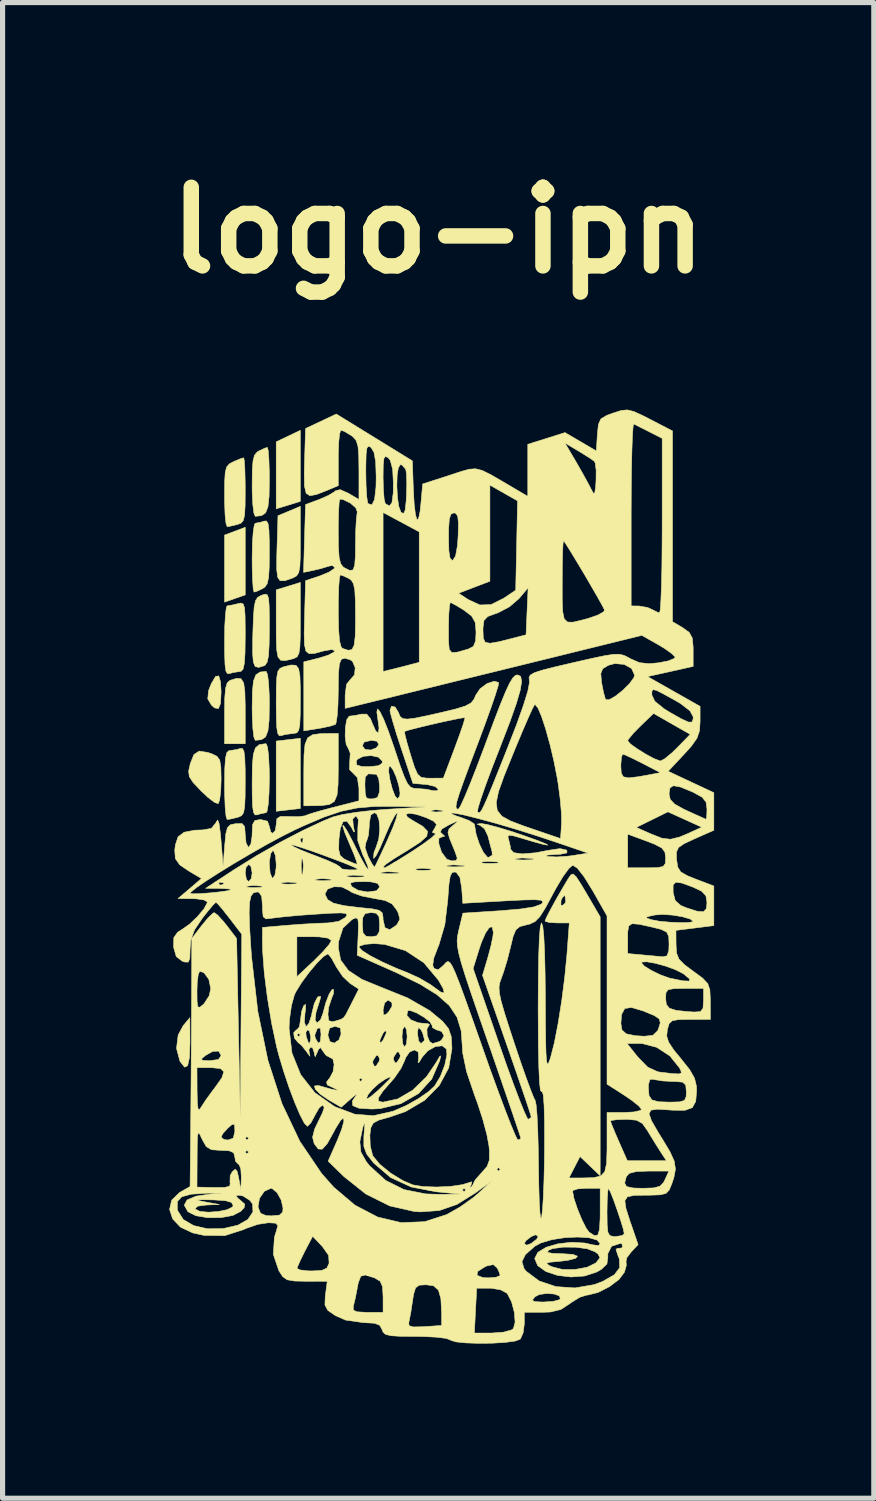
<source format=kicad_pcb>
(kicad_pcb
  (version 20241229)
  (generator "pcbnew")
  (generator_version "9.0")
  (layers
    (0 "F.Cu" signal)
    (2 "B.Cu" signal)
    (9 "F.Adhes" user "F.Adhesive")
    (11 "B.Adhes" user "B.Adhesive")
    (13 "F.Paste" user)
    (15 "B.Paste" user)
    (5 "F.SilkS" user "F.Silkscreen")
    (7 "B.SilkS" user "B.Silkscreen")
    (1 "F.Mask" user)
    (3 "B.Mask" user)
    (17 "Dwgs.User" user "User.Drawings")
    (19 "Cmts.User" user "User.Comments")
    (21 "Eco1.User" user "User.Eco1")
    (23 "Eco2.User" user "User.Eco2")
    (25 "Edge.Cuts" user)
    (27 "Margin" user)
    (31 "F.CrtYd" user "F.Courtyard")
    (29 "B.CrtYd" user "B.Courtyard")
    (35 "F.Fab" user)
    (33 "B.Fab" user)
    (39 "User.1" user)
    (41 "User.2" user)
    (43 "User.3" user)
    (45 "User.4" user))
  (footprint "logo-ipn"
    (layer "F.Cu")
    (at 5.45 14.118)
    (property "Reference" "logo-ipn" (at 0 -12.7 0) (layer "F.SilkS") (effects (font (size 1.524 1.524) (thickness 0.3))))
    (attr through_hole)
    (fp_poly (pts (xy -3.743 -5.628) (xy -3.944 -5.558) (xy -4.144 -5.488) (xy -4.144 -6.789) (xy -3.743 -6.94) (xy -3.743 -5.628)) (stroke (width 0.01) (type solid)) (fill yes) (layer "F.SilkS"))
    (fp_poly (pts (xy -2.674 -7.442) (xy -2.908 -7.37) (xy -3.142 -7.298) (xy -3.142 -8.598) (xy -2.908 -8.709) (xy -2.674 -8.821) (xy -2.674 -7.442)) (stroke (width 0.01) (type solid)) (fill yes) (layer "F.SilkS"))
    (fp_poly (pts (xy -2.674 -1.485) (xy -2.908 -1.458) (xy -3.142 -1.431) (xy -3.142 -2.793) (xy -2.908 -2.82) (xy -2.674 -2.847) (xy -2.674 -1.485)) (stroke (width 0.01) (type solid)) (fill yes) (layer "F.SilkS"))
    (fp_poly (pts (xy -4.815 3.058) (xy -4.825 3.347) (xy -4.86 3.505) (xy -4.919 3.533) (xy -5.002 3.429) (xy -5.011 3.413) (xy -5.076 3.168) (xy -5.044 2.909) (xy -4.949 2.731) (xy -4.817 2.573) (xy -4.815 3.058)) (stroke (width 0.01) (type solid)) (fill yes) (layer "F.SilkS"))
    (fp_poly (pts (xy -4.221 -3.939) (xy -4.211 -3.743) (xy -4.222 -3.522) (xy -4.262 -3.423) (xy -4.337 -3.436) (xy -4.398 -3.489) (xy -4.47 -3.611) (xy -4.454 -3.773) (xy -4.401 -3.907) (xy -4.318 -4.047) (xy -4.257 -4.057) (xy -4.221 -3.939)) (stroke (width 0.01) (type solid)) (fill yes) (layer "F.SilkS"))
    (fp_poly (pts (xy -3.823 -4.001) (xy -3.773 -3.921) (xy -3.75 -3.752) (xy -3.743 -3.473) (xy -3.743 -3.376) (xy -3.743 -2.741) (xy -4.144 -2.741) (xy -4.144 -3.335) (xy -4.14 -3.631) (xy -4.124 -3.819) (xy -4.092 -3.924) (xy -4.039 -3.97) (xy -4.038 -3.97) (xy -3.908 -4.011) (xy -3.823 -4.001)) (stroke (width 0.01) (type solid)) (fill yes) (layer "F.SilkS"))
    (fp_poly (pts (xy -2.674 -6.679) (xy -2.675 -6.376) (xy -2.683 -6.179) (xy -2.705 -6.062) (xy -2.746 -5.998) (xy -2.813 -5.96) (xy -2.845 -5.947) (xy -2.98 -5.902) (xy -3.067 -5.903) (xy -3.114 -5.97) (xy -3.133 -6.123) (xy -3.131 -6.381) (xy -3.127 -6.523) (xy -3.108 -7.164) (xy -2.891 -7.255) (xy -2.674 -7.346) (xy -2.674 -6.679)) (stroke (width 0.01) (type solid)) (fill yes) (layer "F.SilkS"))
    (fp_poly (pts (xy -2.674 -5.148) (xy -2.675 -4.83) (xy -2.683 -4.62) (xy -2.701 -4.495) (xy -2.736 -4.428) (xy -2.792 -4.397) (xy -2.824 -4.387) (xy -2.963 -4.354) (xy -3.054 -4.359) (xy -3.107 -4.422) (xy -3.133 -4.563) (xy -3.141 -4.803) (xy -3.142 -5.035) (xy -3.142 -5.726) (xy -2.908 -5.798) (xy -2.674 -5.87) (xy -2.674 -5.148)) (stroke (width 0.01) (type solid)) (fill yes) (layer "F.SilkS"))
    (fp_poly (pts (xy -1.938 -2.28) (xy -1.942 -1.958) (xy -1.962 -1.746) (xy -2.014 -1.622) (xy -2.114 -1.561) (xy -2.276 -1.541) (xy -2.423 -1.538) (xy -2.607 -1.537) (xy -2.607 -2.198) (xy -2.603 -2.52) (xy -2.583 -2.732) (xy -2.531 -2.857) (xy -2.431 -2.918) (xy -2.27 -2.938) (xy -2.122 -2.94) (xy -1.938 -2.941) (xy -1.938 -2.28)) (stroke (width 0.01) (type solid)) (fill yes) (layer "F.SilkS"))
    (fp_poly (pts (xy -3.31 -4.082) (xy -3.289 -3.916) (xy -3.277 -3.674) (xy -3.275 -3.516) (xy -3.28 -3.2) (xy -3.302 -2.993) (xy -3.348 -2.874) (xy -3.428 -2.82) (xy -3.548 -2.807) (xy -3.575 -2.869) (xy -3.595 -3.036) (xy -3.607 -3.277) (xy -3.609 -3.435) (xy -3.604 -3.752) (xy -3.583 -3.958) (xy -3.537 -4.077) (xy -3.456 -4.132) (xy -3.337 -4.144) (xy -3.31 -4.082)) (stroke (width 0.01) (type solid)) (fill yes) (layer "F.SilkS"))
    (fp_poly (pts (xy -4.469 -2.572) (xy -4.383 -2.542) (xy -4.29 -2.496) (xy -4.238 -2.424) (xy -4.216 -2.292) (xy -4.211 -2.064) (xy -4.211 -2.044) (xy -4.219 -1.817) (xy -4.24 -1.648) (xy -4.267 -1.578) (xy -4.339 -1.603) (xy -4.471 -1.704) (xy -4.6 -1.826) (xy -4.754 -1.989) (xy -4.828 -2.103) (xy -4.841 -2.21) (xy -4.809 -2.354) (xy -4.808 -2.358) (xy -4.739 -2.531) (xy -4.637 -2.598) (xy -4.469 -2.572)) (stroke (width 0.01) (type solid)) (fill yes) (layer "F.SilkS"))
    (fp_poly (pts (xy -3.297 -8.427) (xy -3.284 -8.261) (xy -3.276 -8.019) (xy -3.275 -7.861) (xy -3.28 -7.544) (xy -3.302 -7.338) (xy -3.348 -7.219) (xy -3.428 -7.165) (xy -3.548 -7.152) (xy -3.575 -7.214) (xy -3.596 -7.38) (xy -3.608 -7.619) (xy -3.609 -7.751) (xy -3.606 -8.043) (xy -3.592 -8.229) (xy -3.563 -8.339) (xy -3.511 -8.4) (xy -3.48 -8.42) (xy -3.361 -8.475) (xy -3.313 -8.489) (xy -3.297 -8.427)) (stroke (width 0.01) (type solid)) (fill yes) (layer "F.SilkS"))
    (fp_poly (pts (xy -3.311 -2.678) (xy -3.29 -2.511) (xy -3.278 -2.266) (xy -3.275 -2.072) (xy -3.281 -1.792) (xy -3.296 -1.569) (xy -3.319 -1.433) (xy -3.337 -1.404) (xy -3.449 -1.382) (xy -3.504 -1.363) (xy -3.552 -1.36) (xy -3.583 -1.409) (xy -3.601 -1.533) (xy -3.608 -1.753) (xy -3.609 -1.991) (xy -3.605 -2.318) (xy -3.586 -2.534) (xy -3.545 -2.661) (xy -3.472 -2.723) (xy -3.361 -2.74) (xy -3.337 -2.741) (xy -3.311 -2.678)) (stroke (width 0.01) (type solid)) (fill yes) (layer "F.SilkS"))
    (fp_poly (pts (xy -3.3 -7.012) (xy -3.283 -6.885) (xy -3.276 -6.661) (xy -3.275 -6.46) (xy -3.278 -6.158) (xy -3.29 -5.962) (xy -3.317 -5.844) (xy -3.363 -5.779) (xy -3.405 -5.751) (xy -3.524 -5.695) (xy -3.572 -5.682) (xy -3.588 -5.744) (xy -3.6 -5.911) (xy -3.608 -6.156) (xy -3.609 -6.35) (xy -3.604 -6.631) (xy -3.588 -6.853) (xy -3.566 -6.989) (xy -3.548 -7.018) (xy -3.436 -7.04) (xy -3.381 -7.059) (xy -3.332 -7.062) (xy -3.3 -7.012)) (stroke (width 0.01) (type solid)) (fill yes) (layer "F.SilkS"))
    (fp_poly (pts (xy -3.76 -8.226) (xy -3.75 -8.06) (xy -3.744 -7.818) (xy -3.743 -7.661) (xy -3.745 -7.368) (xy -3.755 -7.181) (xy -3.779 -7.074) (xy -3.823 -7.021) (xy -3.893 -6.994) (xy -3.894 -6.994) (xy -4.032 -6.961) (xy -4.094 -6.952) (xy -4.116 -7.014) (xy -4.134 -7.179) (xy -4.143 -7.418) (xy -4.144 -7.542) (xy -4.142 -7.826) (xy -4.131 -8.005) (xy -4.103 -8.11) (xy -4.051 -8.17) (xy -3.974 -8.211) (xy -3.84 -8.268) (xy -3.773 -8.288) (xy -3.76 -8.226)) (stroke (width 0.01) (type solid)) (fill yes) (layer "F.SilkS"))
    (fp_poly (pts (xy -3.315 -5.63) (xy -3.29 -5.562) (xy -3.279 -5.417) (xy -3.275 -5.172) (xy -3.275 -4.985) (xy -3.279 -4.663) (xy -3.291 -4.452) (xy -3.316 -4.327) (xy -3.357 -4.265) (xy -3.381 -4.252) (xy -3.483 -4.222) (xy -3.55 -4.239) (xy -3.586 -4.325) (xy -3.6 -4.498) (xy -3.598 -4.778) (xy -3.595 -4.889) (xy -3.584 -5.197) (xy -3.569 -5.398) (xy -3.543 -5.517) (xy -3.501 -5.582) (xy -3.436 -5.618) (xy -3.426 -5.622) (xy -3.358 -5.642) (xy -3.315 -5.63)) (stroke (width 0.01) (type solid)) (fill yes) (layer "F.SilkS"))
    (fp_poly (pts (xy -3.782 -5.451) (xy -3.757 -5.377) (xy -3.746 -5.225) (xy -3.743 -4.973) (xy -3.743 -4.82) (xy -3.747 -4.503) (xy -3.76 -4.299) (xy -3.785 -4.187) (xy -3.825 -4.146) (xy -3.838 -4.144) (xy -3.985 -4.121) (xy -4.038 -4.104) (xy -4.087 -4.1) (xy -4.118 -4.15) (xy -4.135 -4.273) (xy -4.143 -4.492) (xy -4.144 -4.739) (xy -4.14 -5.021) (xy -4.127 -5.246) (xy -4.109 -5.384) (xy -4.094 -5.415) (xy -3.996 -5.432) (xy -3.894 -5.456) (xy -3.826 -5.47) (xy -3.782 -5.451)) (stroke (width 0.01) (type solid)) (fill yes) (layer "F.SilkS"))
    (fp_poly (pts (xy -3.769 -2.601) (xy -3.752 -2.477) (xy -3.744 -2.257) (xy -3.743 -2.02) (xy -3.745 -1.716) (xy -3.754 -1.519) (xy -3.775 -1.404) (xy -3.815 -1.345) (xy -3.878 -1.317) (xy -3.894 -1.312) (xy -4.032 -1.28) (xy -4.094 -1.271) (xy -4.115 -1.333) (xy -4.132 -1.5) (xy -4.142 -1.744) (xy -4.144 -1.938) (xy -4.14 -2.254) (xy -4.127 -2.456) (xy -4.102 -2.566) (xy -4.061 -2.606) (xy -4.049 -2.607) (xy -3.902 -2.63) (xy -3.849 -2.647) (xy -3.8 -2.651) (xy -3.769 -2.601)) (stroke (width 0.01) (type solid)) (fill yes) (layer "F.SilkS"))
    (fp_poly (pts (xy -2.759 -4.263) (xy -2.707 -4.198) (xy -2.682 -4.054) (xy -2.674 -3.808) (xy -2.674 -3.609) (xy -2.676 -3.305) (xy -2.685 -3.11) (xy -2.706 -3) (xy -2.743 -2.952) (xy -2.801 -2.941) (xy -2.802 -2.941) (xy -2.97 -2.92) (xy -3.036 -2.9) (xy -3.084 -2.897) (xy -3.115 -2.947) (xy -3.133 -3.071) (xy -3.14 -3.29) (xy -3.142 -3.528) (xy -3.14 -3.832) (xy -3.131 -4.029) (xy -3.11 -4.144) (xy -3.07 -4.202) (xy -3.007 -4.231) (xy -2.991 -4.236) (xy -2.851 -4.269) (xy -2.759 -4.263)) (stroke (width 0.01) (type solid)) (fill yes) (layer "F.SilkS"))
    (fp_poly (pts (xy 3.795 -9.186) (xy 3.974 -9.104) (xy 4.114 -9.032) (xy 4.545 -8.809) (xy 4.545 -5.109) (xy 4.746 -4.99) (xy 4.87 -4.9) (xy 4.929 -4.791) (xy 4.946 -4.611) (xy 4.946 -4.556) (xy 4.946 -4.241) (xy 4.504 -4.142) (xy 4.061 -4.044) (xy 4.571 -3.755) (xy 5.08 -3.467) (xy 5.08 -3.168) (xy 5.069 -2.991) (xy 5.02 -2.848) (xy 4.912 -2.695) (xy 4.771 -2.538) (xy 4.461 -2.207) (xy 4.904 -1.999) (xy 5.347 -1.792) (xy 5.347 -1.062) (xy 4.976 -0.898) (xy 4.771 -0.803) (xy 4.662 -0.728) (xy 4.622 -0.642) (xy 4.623 -0.514) (xy 4.625 -0.491) (xy 4.647 -0.347) (xy 4.705 -0.255) (xy 4.833 -0.181) (xy 4.996 -0.115) (xy 5.347 0.018) (xy 5.347 0.787) (xy 4.98 0.833) (xy 4.612 0.879) (xy 4.614 1.158) (xy 4.624 1.321) (xy 4.671 1.438) (xy 4.781 1.548) (xy 4.946 1.671) (xy 5.13 1.806) (xy 5.229 1.912) (xy 5.27 2.034) (xy 5.279 2.217) (xy 5.279 2.256) (xy 5.281 2.607) (xy 4.885 2.607) (xy 4.663 2.61) (xy 4.541 2.632) (xy 4.48 2.688) (xy 4.448 2.794) (xy 4.445 2.807) (xy 4.433 2.93) (xy 4.47 3.048) (xy 4.57 3.199) (xy 4.707 3.366) (xy 4.879 3.582) (xy 4.973 3.748) (xy 5.01 3.905) (xy 5.013 3.988) (xy 4.996 4.196) (xy 4.93 4.318) (xy 4.789 4.369) (xy 4.548 4.368) (xy 4.472 4.362) (xy 4.253 4.348) (xy 4.127 4.367) (xy 4.09 4.436) (xy 4.138 4.573) (xy 4.267 4.796) (xy 4.345 4.921) (xy 4.497 5.174) (xy 4.58 5.358) (xy 4.602 5.513) (xy 4.571 5.677) (xy 4.532 5.794) (xy 4.482 5.915) (xy 4.42 5.981) (xy 4.308 6.009) (xy 4.11 6.016) (xy 4.031 6.016) (xy 3.803 6.02) (xy 3.671 6.047) (xy 3.621 6.124) (xy 3.642 6.272) (xy 3.72 6.518) (xy 3.744 6.585) (xy 3.878 6.975) (xy 3.743 7.119) (xy 3.658 7.231) (xy 3.644 7.298) (xy 3.649 7.38) (xy 3.614 7.508) (xy 3.507 7.651) (xy 3.318 7.793) (xy 3.099 7.904) (xy 2.899 7.954) (xy 2.882 7.954) (xy 2.747 7.996) (xy 2.582 8.098) (xy 2.552 8.121) (xy 2.38 8.233) (xy 2.179 8.282) (xy 2.012 8.288) (xy 1.671 8.288) (xy 1.671 8.509) (xy 1.648 8.686) (xy 1.593 8.808) (xy 1.591 8.81) (xy 1.491 8.846) (xy 1.3 8.872) (xy 1.053 8.887) (xy 0.786 8.89) (xy 0.538 8.882) (xy 0.344 8.862) (xy 0.24 8.83) (xy 0.234 8.823) (xy 0.153 8.794) (xy -0.03 8.771) (xy -0.283 8.758) (xy -0.431 8.756) (xy -0.725 8.754) (xy -0.911 8.743) (xy -1.017 8.718) (xy -1.05 8.69) (xy 0.702 8.69) (xy 1.045 8.69) (xy 1.267 8.673) (xy 1.422 8.63) (xy 1.459 8.604) (xy 1.492 8.479) (xy 1.477 8.289) (xy 1.424 8.087) (xy 1.405 8.05) (xy 1.828 8.05) (xy 1.865 8.08) (xy 2.008 8.088) (xy 2.054 8.088) (xy 2.235 8.075) (xy 2.352 8.043) (xy 2.368 8.029) (xy 2.352 7.97) (xy 2.249 7.933) (xy 2.104 7.923) (xy 1.962 7.943) (xy 1.877 7.987) (xy 1.828 8.05) (xy 1.405 8.05) (xy 1.342 7.927) (xy 1.335 7.919) (xy 1.216 7.853) (xy 1.03 7.821) (xy 1 7.821) (xy 0.747 7.821) (xy 0.724 8.255) (xy 0.702 8.69) (xy -1.05 8.69) (xy -1.069 8.674) (xy -1.089 8.623) (xy -1.134 8.54) (xy -1.238 8.5) (xy -1.432 8.489) (xy -0.571 8.489) (xy -0.565 8.548) (xy -0.483 8.572) (xy -0.298 8.568) (xy -0.267 8.566) (xy 0.067 8.543) (xy 0.066 8.299) (xy 0.052 8.023) (xy 0.004 7.856) (xy -0.091 7.774) (xy -0.234 7.754) (xy -0.367 7.762) (xy -0.438 7.812) (xy -0.477 7.937) (xy -0.498 8.071) (xy -0.53 8.282) (xy -0.561 8.446) (xy -0.571 8.489) (xy -1.432 8.489) (xy -1.436 8.489) (xy -1.448 8.489) (xy -1.796 8.439) (xy -1.997 8.351) (xy -2.142 8.249) (xy -2.145 8.244) (xy -1.647 8.244) (xy -1.578 8.278) (xy -1.407 8.288) (xy -1.375 8.288) (xy -1.069 8.288) (xy -1.069 7.986) (xy -1.08 7.792) (xy -1.125 7.686) (xy -1.225 7.625) (xy -1.241 7.618) (xy -1.394 7.57) (xy 0.753 7.57) (xy 0.866 7.614) (xy 0.969 7.62) (xy 1.124 7.607) (xy 1.2 7.576) (xy 1.202 7.57) (xy 1.169 7.475) (xy 1.14 7.423) (xy 1.07 7.363) (xy 0.955 7.385) (xy 0.907 7.405) (xy 0.765 7.496) (xy 0.753 7.57) (xy -1.394 7.57) (xy -1.412 7.564) (xy -1.502 7.589) (xy -1.55 7.714) (xy -1.567 7.804) (xy -1.605 8.002) (xy -1.642 8.157) (xy -1.646 8.171) (xy -1.647 8.244) (xy -2.145 8.244) (xy -2.197 8.145) (xy -2.191 7.978) (xy -2.187 7.95) (xy -2.152 7.687) (xy -2.563 7.686) (xy -2.793 7.681) (xy -2.93 7.657) (xy -3.016 7.596) (xy -3.089 7.484) (xy -3.091 7.48) (xy -3.106 7.436) (xy -2.738 7.436) (xy -2.68 7.466) (xy -2.531 7.484) (xy -2.448 7.486) (xy -2.257 7.475) (xy -2.16 7.43) (xy -2.116 7.337) (xy -2.118 7.306) (xy 1.624 7.306) (xy 1.666 7.44) (xy 1.707 7.492) (xy 1.96 7.681) (xy 2.287 7.79) (xy 2.654 7.815) (xy 3.026 7.751) (xy 3.193 7.688) (xy 3.418 7.559) (xy 3.521 7.422) (xy 3.514 7.255) (xy 3.484 7.177) (xy 3.449 7.07) (xy 3.471 7.049) (xy 3.557 7.041) (xy 3.575 7.02) (xy 3.564 6.959) (xy 3.53 6.953) (xy 3.363 7.007) (xy 3.29 7.151) (xy 3.291 7.223) (xy 3.273 7.351) (xy 3.166 7.454) (xy 3.075 7.507) (xy 2.84 7.584) (xy 2.576 7.603) (xy 2.314 7.572) (xy 2.088 7.496) (xy 1.93 7.383) (xy 1.911 7.337) (xy 2.101 7.337) (xy 2.143 7.373) (xy 2.206 7.404) (xy 2.408 7.456) (xy 2.655 7.457) (xy 2.889 7.414) (xy 3.055 7.332) (xy 3.065 7.323) (xy 3.137 7.231) (xy 3.104 7.161) (xy 3.045 7.115) (xy 2.893 7.056) (xy 2.666 7.025) (xy 2.422 7.024) (xy 2.217 7.053) (xy 2.139 7.085) (xy 2.119 7.124) (xy 2.215 7.145) (xy 2.403 7.151) (xy 2.615 7.165) (xy 2.701 7.199) (xy 2.667 7.241) (xy 2.516 7.28) (xy 2.339 7.301) (xy 2.161 7.317) (xy 2.101 7.337) (xy 1.911 7.337) (xy 1.872 7.244) (xy 1.933 7.125) (xy 2.093 7.027) (xy 2.321 6.96) (xy 2.583 6.929) (xy 2.845 6.944) (xy 2.991 6.978) (xy 3.11 6.993) (xy 3.142 6.959) (xy 3.082 6.886) (xy 2.926 6.842) (xy 2.705 6.828) (xy 2.454 6.84) (xy 2.205 6.879) (xy 1.992 6.943) (xy 1.877 7.005) (xy 1.692 7.168) (xy 1.624 7.306) (xy -2.118 7.306) (xy -2.126 7.183) (xy -2.248 7.01) (xy -2.256 7.001) (xy -2.299 6.956) (xy 1.671 6.956) (xy 1.718 6.986) (xy 1.805 6.952) (xy 1.911 6.869) (xy 1.938 6.813) (xy 1.892 6.784) (xy 1.805 6.818) (xy 1.699 6.901) (xy 1.671 6.956) (xy -2.299 6.956) (xy -2.435 6.814) (xy -2.585 7.1) (xy -2.673 7.278) (xy -2.729 7.405) (xy -2.738 7.436) (xy -3.106 7.436) (xy -3.198 7.164) (xy -3.177 6.829) (xy -3.143 6.722) (xy -3.11 6.605) (xy -3.152 6.559) (xy -3.296 6.551) (xy -3.498 6.582) (xy -3.725 6.66) (xy -3.777 6.684) (xy -4.14 6.801) (xy -4.543 6.796) (xy -4.761 6.748) (xy -4.998 6.637) (xy -5.151 6.476) (xy -5.211 6.292) (xy -5.208 6.279) (xy -5.061 6.279) (xy -5.053 6.316) (xy -4.946 6.487) (xy -4.743 6.606) (xy -4.473 6.668) (xy -4.167 6.663) (xy -3.884 6.597) (xy -3.693 6.488) (xy -3.594 6.342) (xy -3.598 6.237) (xy -3.494 6.237) (xy -3.492 6.251) (xy -3.446 6.367) (xy -3.338 6.412) (xy -3.234 6.417) (xy -3.079 6.403) (xy -3.017 6.343) (xy -3.01 6.266) (xy -3.046 6.109) (xy -3.128 5.964) (xy -3.224 5.885) (xy -3.244 5.882) (xy -3.371 5.94) (xy -3.466 6.076) (xy -3.494 6.237) (xy -3.598 6.237) (xy -3.6 6.19) (xy -3.651 6.118) (xy -3.782 6.034) (xy -3.861 6.016) (xy -3.924 6.028) (xy -3.88 6.081) (xy -3.839 6.112) (xy -3.751 6.191) (xy -3.765 6.26) (xy -3.829 6.329) (xy -3.982 6.409) (xy -4.212 6.451) (xy -4.468 6.453) (xy -4.699 6.415) (xy -4.853 6.338) (xy -4.855 6.337) (xy -4.889 6.275) (xy -4.715 6.275) (xy -4.71 6.286) (xy -4.62 6.332) (xy -4.457 6.346) (xy -4.267 6.333) (xy -4.096 6.298) (xy -3.991 6.246) (xy -3.977 6.216) (xy -4.01 6.157) (xy -4.125 6.123) (xy -4.346 6.108) (xy -4.378 6.107) (xy -4.586 6.104) (xy -4.669 6.108) (xy -4.637 6.123) (xy -4.512 6.148) (xy -4.244 6.197) (xy -4.499 6.207) (xy -4.664 6.229) (xy -4.715 6.275) (xy -4.889 6.275) (xy -4.926 6.21) (xy -4.871 6.108) (xy -4.696 6.035) (xy -4.423 5.995) (xy -4.244 5.982) (xy -4.187 5.975) (xy -4.256 5.974) (xy -4.454 5.977) (xy -4.494 5.978) (xy -4.792 5.997) (xy -4.974 6.047) (xy -5.059 6.137) (xy -5.061 6.279) (xy -5.208 6.279) (xy -5.17 6.113) (xy -5.018 5.965) (xy -5.014 5.963) (xy -4.832 5.859) (xy -4.679 5.859) (xy -4.339 5.867) (xy -4.139 5.865) (xy -4.046 5.842) (xy -4.033 5.788) (xy -4.039 5.77) (xy -4.035 5.635) (xy -3.995 5.562) (xy -3.935 5.511) (xy -3.897 5.559) (xy -3.869 5.687) (xy -3.828 5.916) (xy -3.819 5.665) (xy -3.829 5.504) (xy -3.865 5.418) (xy -3.877 5.414) (xy -3.931 5.358) (xy -3.944 5.281) (xy -3.966 5.193) (xy -3.996 5.18) (xy -3.743 5.18) (xy -3.71 5.214) (xy -3.676 5.18) (xy -3.71 5.147) (xy -3.743 5.18) (xy -3.996 5.18) (xy -4.055 5.155) (xy -4.214 5.147) (xy -4.397 5.134) (xy -4.5 5.073) (xy -4.578 4.934) (xy -4.579 4.93) (xy -4.598 4.89) (xy -4.211 4.89) (xy -4.155 4.936) (xy -4.077 4.946) (xy -3.984 4.913) (xy -3.743 4.913) (xy -3.71 4.946) (xy -3.676 4.913) (xy -3.71 4.879) (xy -3.743 4.913) (xy -3.984 4.913) (xy -3.975 4.91) (xy -3.944 4.78) (xy -3.944 4.769) (xy -3.951 4.647) (xy -3.994 4.642) (xy -4.077 4.712) (xy -4.177 4.821) (xy -4.211 4.89) (xy -4.598 4.89) (xy -4.625 4.832) (xy -4.653 4.806) (xy -4.668 4.866) (xy -4.674 5.03) (xy -4.676 5.286) (xy -4.679 5.859) (xy -4.832 5.859) (xy -4.813 5.849) (xy -4.801 4.679) (xy -4.797 4.187) (xy -4.792 3.619) (xy -4.792 3.543) (xy -4.679 3.543) (xy -4.677 3.994) (xy -4.672 4.226) (xy -4.658 4.341) (xy -4.631 4.356) (xy -4.6 4.311) (xy -4.512 4.176) (xy -4.383 3.997) (xy -4.334 3.934) (xy -4.196 3.739) (xy -4.158 3.62) (xy -4.222 3.56) (xy -4.391 3.543) (xy -4.412 3.543) (xy -4.679 3.543) (xy -4.792 3.543) (xy -4.791 3.373) (xy -4.593 3.373) (xy -4.57 3.401) (xy -4.429 3.407) (xy -4.428 3.407) (xy -4.263 3.384) (xy -4.211 3.309) (xy -4.256 3.222) (xy -4.372 3.226) (xy -4.516 3.307) (xy -4.593 3.373) (xy -4.791 3.373) (xy -4.788 3.033) (xy -4.785 2.486) (xy -4.784 2.273) (xy -4.783 2.049) (xy -4.679 2.049) (xy -4.677 2.261) (xy -4.663 2.361) (xy -4.625 2.371) (xy -4.553 2.313) (xy -4.545 2.306) (xy -4.442 2.148) (xy -4.412 2.008) (xy -4.449 1.83) (xy -4.541 1.703) (xy -4.625 1.671) (xy -4.654 1.732) (xy -4.674 1.888) (xy -4.679 2.049) (xy -4.783 2.049) (xy -4.779 1.036) (xy -4.587 0.785) (xy -4.464 0.637) (xy -4.37 0.547) (xy -4.345 0.535) (xy -4.277 0.583) (xy -4.165 0.707) (xy -4.102 0.785) (xy -3.91 1.036) (xy -3.875 2.774) (xy -3.839 4.512) (xy -3.825 2.733) (xy -3.81 0.955) (xy -4.047 0.645) (xy -4.138 0.53) (xy -3.667 0.53) (xy -3.658 0.822) (xy -3.633 1.224) (xy -3.62 1.397) (xy -3.499 2.451) (xy -3.303 3.399) (xy -3.031 4.239) (xy -2.684 4.971) (xy -2.263 5.593) (xy -2.027 5.86) (xy -1.614 6.21) (xy -1.174 6.44) (xy -0.719 6.548) (xy -0.262 6.53) (xy 0.167 6.391) (xy 0.423 6.246) (xy 0.679 6.064) (xy 0.769 5.988) (xy 1.036 5.743) (xy 0.721 5.973) (xy 0.363 6.196) (xy 0.022 6.314) (xy -0.345 6.34) (xy -0.465 6.332) (xy -0.941 6.224) (xy -1.404 5.993) (xy -1.826 5.657) (xy -2.135 5.356) (xy -1.969 4.979) (xy -1.52 4.979) (xy -1.499 5.18) (xy -1.394 5.367) (xy -1.327 5.449) (xy -1.018 5.73) (xy -0.665 5.907) (xy -0.243 5.991) (xy 0.033 6) (xy 0.434 5.996) (xy -0.033 5.951) (xy -0.219 5.916) (xy 0.468 5.916) (xy 0.501 5.949) (xy 0.535 5.916) (xy 0.501 5.882) (xy 0.468 5.916) (xy -0.219 5.916) (xy -0.523 5.857) (xy -0.922 5.674) (xy -1.248 5.395) (xy -1.258 5.384) (xy -1.389 5.216) (xy -1.442 5.069) (xy -1.442 4.871) (xy -1.438 4.829) (xy -1.425 4.658) (xy -1.43 4.611) (xy -1.456 4.681) (xy -1.465 4.712) (xy -1.52 4.979) (xy -1.969 4.979) (xy -1.967 4.976) (xy -1.871 4.735) (xy -1.829 4.58) (xy -1.838 4.52) (xy -1.893 4.565) (xy -1.993 4.726) (xy -2.029 4.796) (xy -2.154 5.019) (xy -2.249 5.124) (xy -2.327 5.12) (xy -2.405 5.016) (xy -2.406 5.014) (xy -2.437 4.892) (xy -2.398 4.736) (xy -2.341 4.616) (xy -2.247 4.423) (xy -2.212 4.321) (xy -2.228 4.282) (xy -2.256 4.278) (xy -2.315 4.332) (xy -2.39 4.465) (xy -2.396 4.478) (xy -2.471 4.616) (xy -2.536 4.679) (xy -2.539 4.679) (xy -2.597 4.619) (xy -2.681 4.457) (xy -2.783 4.218) (xy -2.892 3.929) (xy -2.997 3.616) (xy -3.091 3.304) (xy -3.133 3.142) (xy -3.211 2.774) (xy -2.893 2.774) (xy -2.837 3.257) (xy -2.667 3.679) (xy -2.392 4.028) (xy -2.017 4.292) (xy -1.994 4.304) (xy -1.616 4.446) (xy -1.254 4.474) (xy -0.876 4.388) (xy -0.613 4.273) (xy -0.381 4.142) (xy -0.181 4.003) (xy -0.069 3.898) (xy 0.043 3.712) (xy 0.128 3.492) (xy 0.169 3.292) (xy 0.16 3.18) (xy 0.078 3.118) (xy -0.057 3.134) (xy -0.201 3.215) (xy -0.307 3.334) (xy -0.375 3.444) (xy -0.392 3.441) (xy -0.378 3.359) (xy -0.388 3.238) (xy -0.46 3.199) (xy -0.555 3.238) (xy -0.633 3.352) (xy -0.644 3.389) (xy -0.718 3.551) (xy -0.847 3.739) (xy -0.896 3.796) (xy -1.073 3.999) (xy -1.158 4.125) (xy -1.159 4.191) (xy -1.081 4.211) (xy -1.071 4.211) (xy -0.784 4.149) (xy -0.493 3.978) (xy -0.226 3.718) (xy -0.039 3.442) (xy 0.031 3.322) (xy 0.05 3.315) (xy 0.029 3.409) (xy -0.125 3.764) (xy -0.381 4.045) (xy -0.721 4.24) (xy -1.125 4.337) (xy -1.291 4.345) (xy -1.536 4.329) (xy -1.658 4.279) (xy -1.664 4.186) (xy -1.628 4.134) (xy -1.389 4.134) (xy -1.371 4.144) (xy -1.304 4.101) (xy -1.176 3.992) (xy -1.086 3.907) (xy -0.952 3.774) (xy -0.911 3.72) (xy -0.957 3.731) (xy -1.029 3.767) (xy -1.151 3.85) (xy -1.272 3.96) (xy -1.36 4.065) (xy -1.389 4.134) (xy -1.628 4.134) (xy -1.587 4.075) (xy -1.576 4.051) (xy -1.648 4.106) (xy -1.692 4.144) (xy -1.881 4.31) (xy -2.124 4.169) (xy -2.289 4.056) (xy -2.385 3.959) (xy -2.4 3.897) (xy -2.322 3.89) (xy -2.282 3.9) (xy -2.09 3.955) (xy -1.972 3.98) (xy -1.947 3.975) (xy -2.026 3.937) (xy -2.151 3.878) (xy -2.166 3.821) (xy -2.131 3.777) (xy -1.537 3.777) (xy -1.504 3.81) (xy -1.471 3.777) (xy -1.504 3.743) (xy -1.537 3.777) (xy -2.131 3.777) (xy -2.104 3.742) (xy -2.039 3.619) (xy -2.019 3.479) (xy -2.026 3.45) (xy -1.27 3.45) (xy -1.237 3.516) (xy -1.203 3.509) (xy -1.142 3.413) (xy -1.138 3.383) (xy -0.869 3.383) (xy -0.836 3.45) (xy -0.802 3.442) (xy -0.741 3.346) (xy -0.735 3.301) (xy -0.769 3.235) (xy -0.802 3.242) (xy -0.863 3.338) (xy -0.869 3.383) (xy -1.138 3.383) (xy -1.136 3.368) (xy -1.17 3.302) (xy -1.203 3.309) (xy -1.264 3.405) (xy -1.27 3.45) (xy -2.026 3.45) (xy -2.044 3.373) (xy -2.1 3.345) (xy -2.177 3.302) (xy -2.228 3.234) (xy -2.284 3.152) (xy -2.324 3.191) (xy -2.346 3.245) (xy -2.385 3.33) (xy -2.4 3.292) (xy -2.402 3.259) (xy -2.436 3.159) (xy -2.471 3.142) (xy -2.509 3.193) (xy -2.499 3.259) (xy -2.487 3.321) (xy -2.53 3.267) (xy -2.546 3.242) (xy -2.649 3.112) (xy -2.718 3.055) (xy -2.79 2.967) (xy -2.798 2.908) (xy -2.741 2.908) (xy -2.707 2.941) (xy -2.674 2.908) (xy -2.707 2.874) (xy -2.741 2.908) (xy -2.798 2.908) (xy -2.803 2.865) (xy -2.799 2.861) (xy -2.568 2.861) (xy -2.559 2.941) (xy -2.521 3.049) (xy -2.499 3.075) (xy -2.478 3.018) (xy -2.473 2.941) (xy -2.48 2.911) (xy -2.394 2.911) (xy -2.384 2.97) (xy -2.327 3.066) (xy -2.287 3.036) (xy -2.274 2.913) (xy -2.139 2.913) (xy -2.101 3.036) (xy -2.015 3.066) (xy -1.979 3.041) (xy -1.134 3.041) (xy -1.107 3.053) (xy -1.069 3.008) (xy -1.038 2.941) (xy -0.702 2.941) (xy -0.687 3.082) (xy -0.652 3.142) (xy -0.652 3.142) (xy -0.616 3.083) (xy -0.602 2.943) (xy -0.602 2.941) (xy -0.607 2.891) (xy -0.4 2.891) (xy -0.38 3.024) (xy -0.334 3.075) (xy -0.273 3.022) (xy -0.268 2.991) (xy -0.303 2.865) (xy -0.334 2.807) (xy -0.381 2.762) (xy -0.399 2.832) (xy -0.4 2.891) (xy -0.607 2.891) (xy -0.616 2.8) (xy -0.651 2.741) (xy -0.652 2.741) (xy -0.687 2.799) (xy -0.702 2.939) (xy -0.702 2.941) (xy -1.038 2.941) (xy -1.013 2.886) (xy -1.005 2.841) (xy -1.032 2.829) (xy -1.069 2.874) (xy -1.126 2.996) (xy -1.134 3.041) (xy -1.979 3.041) (xy -1.927 3.006) (xy -1.884 2.89) (xy -1.897 2.773) (xy -2 2.741) (xy -2.001 2.741) (xy -2.107 2.776) (xy -2.139 2.904) (xy -2.139 2.913) (xy -2.274 2.913) (xy -2.273 2.894) (xy -2.286 2.776) (xy -2.333 2.775) (xy -2.348 2.79) (xy -2.394 2.911) (xy -2.48 2.911) (xy -2.499 2.832) (xy -2.534 2.807) (xy -2.568 2.861) (xy -2.799 2.861) (xy -2.752 2.808) (xy -2.741 2.807) (xy -2.692 2.75) (xy -2.673 2.624) (xy -2.649 2.448) (xy -2.608 2.339) (xy -2.572 2.314) (xy -2.573 2.413) (xy -2.584 2.49) (xy -2.596 2.661) (xy -2.566 2.739) (xy -2.557 2.741) (xy -2.506 2.681) (xy -2.459 2.534) (xy -2.448 2.477) (xy -2.403 2.297) (xy -2.343 2.179) (xy -2.328 2.165) (xy -2.278 2.162) (xy -2.295 2.234) (xy -2.37 2.469) (xy -2.388 2.622) (xy -2.348 2.674) (xy -2.283 2.616) (xy -2.236 2.49) (xy -2.179 2.279) (xy -2.115 2.114) (xy -2.057 2.026) (xy -2.031 2.024) (xy -2.03 2.104) (xy -2.067 2.196) (xy -2.124 2.37) (xy -2.139 2.507) (xy -2.123 2.63) (xy -2.051 2.652) (xy -1.989 2.636) (xy -1.894 2.608) (xy -1.838 2.578) (xy -1.801 2.527) (xy -0.608 2.527) (xy -0.53 2.614) (xy -0.389 2.671) (xy -0.32 2.679) (xy -0.193 2.69) (xy -0.166 2.711) (xy -0.174 2.715) (xy -0.219 2.792) (xy -0.213 2.921) (xy -0.167 3.036) (xy -0.109 3.074) (xy 0.012 3.039) (xy 0.059 3.014) (xy 0.113 2.927) (xy 0.067 2.841) (xy -0.037 2.807) (xy -0.114 2.764) (xy -0.117 2.726) (xy -0.159 2.655) (xy -0.276 2.564) (xy -0.419 2.48) (xy -0.541 2.434) (xy -0.59 2.439) (xy -0.608 2.527) (xy -1.801 2.527) (xy -1.791 2.512) (xy -1.746 2.424) (xy -1.069 2.424) (xy -1.069 2.425) (xy -1.06 2.524) (xy -1.01 2.507) (xy -0.961 2.46) (xy -0.894 2.348) (xy -0.899 2.278) (xy -0.973 2.231) (xy -1.04 2.288) (xy -1.069 2.424) (xy -1.746 2.424) (xy -1.721 2.375) (xy -1.681 2.296) (xy -1.541 2.018) (xy -1.709 1.908) (xy -1.853 1.772) (xy -1.978 1.586) (xy -1.987 1.568) (xy -2.069 1.419) (xy -2.133 1.341) (xy -2.144 1.337) (xy -2.227 1.388) (xy -2.356 1.518) (xy -2.505 1.696) (xy -2.648 1.889) (xy -2.757 2.065) (xy -2.789 2.13) (xy -2.846 2.336) (xy -2.884 2.603) (xy -2.893 2.774) (xy -3.211 2.774) (xy -3.23 2.686) (xy -3.312 2.193) (xy -3.373 1.71) (xy -3.405 1.287) (xy -3.409 1.131) (xy -3.409 1.003) (xy -2.741 1.003) (xy -2.741 1.778) (xy -2.406 1.464) (xy -2.238 1.296) (xy -2.168 1.215) (xy -1.938 1.215) (xy -1.891 1.456) (xy -1.742 1.657) (xy -1.481 1.829) (xy -1.143 1.968) (xy -0.592 2.19) (xy -0.164 2.436) (xy 0.085 2.643) (xy 0.2 2.784) (xy 0.254 2.941) (xy 0.267 3.171) (xy 0.204 3.546) (xy 0.022 3.886) (xy -0.262 4.175) (xy -0.635 4.395) (xy -0.946 4.502) (xy -1.151 4.559) (xy -1.26 4.618) (xy -1.307 4.708) (xy -1.325 4.849) (xy -1.318 5.06) (xy -1.273 5.24) (xy -1.265 5.257) (xy -1.134 5.416) (xy -0.925 5.586) (xy -0.684 5.734) (xy -0.492 5.816) (xy -0.294 5.849) (xy -0.03 5.858) (xy 0.244 5.845) (xy 0.473 5.811) (xy 0.562 5.783) (xy 0.651 5.756) (xy 0.642 5.809) (xy 0.635 5.821) (xy 0.614 5.877) (xy 0.641 5.86) (xy 0.688 5.79) (xy 0.687 5.778) (xy 0.719 5.719) (xy 0.818 5.606) (xy 0.846 5.577) (xy 0.9 5.514) (xy 1.136 5.514) (xy 1.17 5.548) (xy 1.203 5.514) (xy 1.17 5.481) (xy 1.136 5.514) (xy 0.9 5.514) (xy 0.949 5.457) (xy 0.993 5.335) (xy 0.994 5.157) (xy 0.984 5.054) (xy 0.943 4.835) (xy 0.864 4.542) (xy 0.76 4.224) (xy 0.708 4.084) (xy 0.551 3.621) (xy 0.475 3.256) (xy 0.468 3.133) (xy 0.445 2.824) (xy 0.365 2.563) (xy 0.215 2.337) (xy -0.021 2.128) (xy -0.355 1.922) (xy -0.803 1.703) (xy -0.884 1.667) (xy -1.571 1.362) (xy -1.563 1.202) (xy -1.537 1.202) (xy -1.479 1.269) (xy -1.322 1.369) (xy -1.092 1.488) (xy -0.815 1.613) (xy -0.597 1.699) (xy -0.365 1.804) (xy -0.151 1.93) (xy -0.096 1.97) (xy 0.055 2.079) (xy 0.118 2.09) (xy 0.093 2.001) (xy 0.003 1.843) (xy -0.236 1.558) (xy -0.106 1.558) (xy -0.079 1.619) (xy 0.002 1.643) (xy 0.106 1.554) (xy 0.117 1.541) (xy 0.154 1.5) (xy 0.188 1.482) (xy 0.225 1.501) (xy 0.271 1.569) (xy 0.331 1.699) (xy 0.412 1.903) (xy 0.519 2.194) (xy 0.658 2.583) (xy 0.835 3.085) (xy 0.864 3.168) (xy 1.027 3.628) (xy 1.179 4.043) (xy 1.312 4.398) (xy 1.422 4.678) (xy 1.501 4.865) (xy 1.543 4.945) (xy 1.546 4.946) (xy 1.604 4.92) (xy 1.604 4.916) (xy 1.583 4.847) (xy 1.523 4.668) (xy 1.431 4.395) (xy 1.31 4.044) (xy 1.168 3.63) (xy 1.009 3.17) (xy 0.963 3.04) (xy 0.779 2.509) (xy 0.635 2.088) (xy 0.526 1.762) (xy 0.482 1.619) (xy 0.678 1.619) (xy 1.183 3.082) (xy 1.328 3.498) (xy 1.463 3.867) (xy 1.579 4.173) (xy 1.67 4.398) (xy 1.729 4.524) (xy 1.746 4.545) (xy 1.804 4.507) (xy 1.805 4.501) (xy 1.784 4.427) (xy 1.725 4.246) (xy 1.634 3.978) (xy 1.518 3.64) (xy 1.384 3.252) (xy 1.332 3.104) (xy 0.941 1.984) (xy 1.18 1.984) (xy 1.188 2.1) (xy 1.223 2.262) (xy 1.29 2.492) (xy 1.392 2.811) (xy 1.477 3.07) (xy 1.596 3.424) (xy 1.705 3.734) (xy 1.795 3.978) (xy 1.857 4.132) (xy 1.88 4.174) (xy 1.899 4.259) (xy 1.917 4.454) (xy 1.931 4.738) (xy 1.941 5.088) (xy 1.946 5.444) (xy 1.952 5.836) (xy 1.961 6.145) (xy 1.974 6.357) (xy 1.989 6.461) (xy 2.005 6.45) (xy 2.022 6.318) (xy 2.038 6.08) (xy 2.044 5.937) (xy 2.607 5.937) (xy 2.633 6.078) (xy 2.7 6.278) (xy 2.786 6.488) (xy 2.872 6.659) (xy 2.929 6.734) (xy 3.032 6.801) (xy 3.096 6.789) (xy 3.129 6.682) (xy 3.141 6.464) (xy 3.142 6.35) (xy 3.275 6.35) (xy 3.278 6.594) (xy 3.292 6.734) (xy 3.329 6.799) (xy 3.398 6.817) (xy 3.442 6.818) (xy 3.568 6.799) (xy 3.609 6.764) (xy 3.59 6.671) (xy 3.539 6.504) (xy 3.471 6.302) (xy 3.401 6.105) (xy 3.34 5.952) (xy 3.304 5.883) (xy 3.303 5.882) (xy 3.289 5.943) (xy 3.279 6.104) (xy 3.275 6.331) (xy 3.275 6.35) (xy 3.142 6.35) (xy 3.142 5.882) (xy 2.874 5.882) (xy 2.707 5.894) (xy 2.614 5.925) (xy 2.607 5.937) (xy 2.044 5.937) (xy 2.05 5.779) (xy 3.617 5.779) (xy 3.654 5.849) (xy 3.785 5.877) (xy 3.966 5.882) (xy 4.18 5.875) (xy 4.302 5.842) (xy 4.373 5.767) (xy 4.399 5.715) (xy 4.476 5.548) (xy 4.083 5.548) (xy 3.842 5.558) (xy 3.706 5.593) (xy 3.65 5.654) (xy 3.617 5.779) (xy 2.05 5.779) (xy 2.051 5.76) (xy 2.06 5.386) (xy 2.063 5.08) (xy 2.063 4.613) (xy 2.054 4.277) (xy 2.039 4.073) (xy 2.016 4.003) (xy 2.005 4.011) (xy 1.983 3.982) (xy 1.965 3.821) (xy 1.952 3.529) (xy 1.943 3.108) (xy 1.94 2.558) (xy 1.939 2.423) (xy 1.942 1.855) (xy 1.949 1.396) (xy 1.961 1.054) (xy 1.978 0.833) (xy 2 0.738) (xy 2.005 0.735) (xy 2.029 0.801) (xy 2.049 0.992) (xy 2.064 1.303) (xy 2.074 1.724) (xy 2.079 2.189) (xy 2.081 2.661) (xy 2.085 3.013) (xy 2.091 3.256) (xy 2.101 3.404) (xy 2.115 3.469) (xy 2.135 3.464) (xy 2.161 3.401) (xy 2.181 3.342) (xy 2.253 3.062) (xy 2.326 2.684) (xy 2.396 2.245) (xy 2.455 1.782) (xy 2.499 1.33) (xy 2.502 1.287) (xy 2.543 0.735) (xy 2.308 0.735) (xy 2.152 0.726) (xy 2.074 0.702) (xy 2.072 0.697) (xy 2.103 0.622) (xy 2.185 0.464) (xy 2.228 0.387) (xy 2.381 0.387) (xy 2.408 0.401) (xy 2.466 0.347) (xy 2.473 0.301) (xy 2.459 0.212) (xy 2.447 0.201) (xy 2.404 0.253) (xy 2.382 0.301) (xy 2.381 0.387) (xy 2.228 0.387) (xy 2.299 0.257) (xy 2.429 0.033) (xy 2.522 -0.123) (xy 2.573 -0.197) (xy 2.619 -0.214) (xy 2.679 -0.158) (xy 2.772 -0.014) (xy 2.88 0.168) (xy 3.142 0.616) (xy 3.142 5.64) (xy 2.947 5.453) (xy 2.751 5.266) (xy 2.537 5.682) (xy 2.8 5.682) (xy 3.015 5.676) (xy 3.153 5.644) (xy 3.231 5.56) (xy 3.266 5.401) (xy 3.275 5.141) (xy 3.275 5.006) (xy 3.275 4.577) (xy 3.342 4.577) (xy 3.367 4.65) (xy 3.432 4.808) (xy 3.506 4.978) (xy 3.669 5.347) (xy 4.427 5.347) (xy 4.31 5.169) (xy 4.194 4.985) (xy 4.069 4.781) (xy 4.062 4.768) (xy 3.962 4.626) (xy 3.849 4.562) (xy 3.668 4.545) (xy 3.636 4.545) (xy 3.459 4.552) (xy 3.354 4.568) (xy 3.342 4.577) (xy 3.275 4.577) (xy 3.275 4.412) (xy 3.609 4.412) (xy 3.8 4.401) (xy 3.921 4.373) (xy 3.944 4.352) (xy 3.892 4.286) (xy 3.757 4.178) (xy 3.609 4.077) (xy 3.373 3.925) (xy 4.077 3.925) (xy 4.089 4.083) (xy 4.145 4.168) (xy 4.275 4.204) (xy 4.49 4.211) (xy 4.683 4.206) (xy 4.778 4.177) (xy 4.81 4.103) (xy 4.813 4.011) (xy 4.802 3.881) (xy 4.743 3.824) (xy 4.598 3.81) (xy 4.551 3.81) (xy 4.353 3.8) (xy 4.201 3.775) (xy 4.183 3.769) (xy 4.107 3.77) (xy 4.079 3.871) (xy 4.077 3.925) (xy 3.373 3.925) (xy 3.275 3.863) (xy 3.275 3.075) (xy 3.665 3.075) (xy 3.874 3.338) (xy 4.067 3.534) (xy 4.26 3.622) (xy 4.297 3.628) (xy 4.537 3.657) (xy 4.669 3.664) (xy 4.717 3.645) (xy 4.706 3.595) (xy 4.683 3.55) (xy 4.495 3.316) (xy 4.239 3.148) (xy 3.963 3.076) (xy 3.933 3.075) (xy 3.665 3.075) (xy 3.275 3.075) (xy 3.275 2.685) (xy 3.544 2.685) (xy 3.565 2.812) (xy 3.648 2.886) (xy 3.82 2.922) (xy 3.996 2.933) (xy 4.166 2.915) (xy 4.256 2.828) (xy 4.272 2.791) (xy 4.308 2.675) (xy 4.289 2.597) (xy 4.193 2.532) (xy 3.997 2.451) (xy 3.972 2.441) (xy 3.75 2.375) (xy 3.619 2.395) (xy 3.557 2.511) (xy 3.544 2.685) (xy 3.275 2.685) (xy 3.275 2.201) (xy 4.412 2.201) (xy 4.412 2.201) (xy 4.426 2.317) (xy 4.486 2.39) (xy 4.619 2.432) (xy 4.85 2.456) (xy 4.963 2.463) (xy 5.086 2.456) (xy 5.137 2.39) (xy 5.147 2.239) (xy 5.147 2.005) (xy 4.779 2.005) (xy 4.569 2.009) (xy 4.46 2.031) (xy 4.418 2.089) (xy 4.412 2.201) (xy 3.275 2.201) (xy 3.275 1.509) (xy 3.944 1.509) (xy 3.999 1.572) (xy 4.136 1.657) (xy 4.311 1.742) (xy 4.479 1.802) (xy 4.497 1.807) (xy 4.745 1.858) (xy 4.87 1.863) (xy 4.877 1.821) (xy 4.768 1.73) (xy 4.745 1.715) (xy 4.6 1.641) (xy 4.41 1.572) (xy 4.213 1.518) (xy 4.048 1.489) (xy 3.953 1.494) (xy 3.944 1.509) (xy 3.275 1.509) (xy 3.275 1.032) (xy 3.676 1.032) (xy 3.676 1.329) (xy 3.96 1.355) (xy 4.167 1.374) (xy 4.332 1.389) (xy 4.361 1.392) (xy 4.44 1.372) (xy 4.474 1.27) (xy 4.478 1.148) (xy 4.472 0.997) (xy 4.431 0.912) (xy 4.322 0.859) (xy 4.139 0.814) (xy 3.899 0.761) (xy 3.76 0.75) (xy 3.696 0.794) (xy 3.677 0.907) (xy 3.676 1.032) (xy 3.275 1.032) (xy 3.275 0.637) (xy 4.036 0.637) (xy 4.123 0.668) (xy 4.144 0.674) (xy 4.291 0.702) (xy 4.487 0.72) (xy 4.689 0.729) (xy 4.855 0.727) (xy 4.942 0.711) (xy 4.946 0.704) (xy 4.887 0.658) (xy 4.738 0.615) (xy 4.543 0.583) (xy 4.347 0.57) (xy 4.203 0.581) (xy 4.059 0.613) (xy 4.036 0.637) (xy 3.275 0.637) (xy 3.275 0.599) (xy 3.011 0.134) (xy 4.557 0.134) (xy 4.558 0.145) (xy 4.598 0.301) (xy 4.706 0.396) (xy 4.813 0.441) (xy 5.029 0.51) (xy 5.151 0.517) (xy 5.203 0.455) (xy 5.214 0.341) (xy 5.193 0.208) (xy 5.109 0.119) (xy 4.945 0.041) (xy 4.727 -0.039) (xy 4.606 -0.054) (xy 4.557 0.001) (xy 4.557 0.134) (xy 3.011 0.134) (xy 2.991 0.1) (xy 2.829 -0.162) (xy 2.699 -0.328) (xy 2.689 -0.334) (xy 3.676 -0.334) (xy 4.044 -0.334) (xy 4.254 -0.338) (xy 4.364 -0.36) (xy 4.405 -0.418) (xy 4.412 -0.525) (xy 4.398 -0.639) (xy 4.337 -0.719) (xy 4.198 -0.792) (xy 4.044 -0.852) (xy 3.676 -0.987) (xy 3.676 -0.334) (xy 2.689 -0.334) (xy 2.61 -0.384) (xy 2.607 -0.383) (xy 2.534 -0.32) (xy 2.421 -0.165) (xy 2.289 0.056) (xy 2.221 0.181) (xy 2.079 0.445) (xy 1.973 0.612) (xy 1.881 0.707) (xy 1.782 0.755) (xy 1.712 0.772) (xy 1.584 0.806) (xy 1.505 0.871) (xy 1.452 1.002) (xy 1.406 1.192) (xy 1.341 1.45) (xy 1.267 1.692) (xy 1.228 1.8) (xy 1.195 1.892) (xy 1.18 1.984) (xy 0.941 1.984) (xy 0.86 1.752) (xy 0.965 1.399) (xy 1.024 1.176) (xy 1.062 0.991) (xy 1.069 0.918) (xy 1.049 0.813) (xy 0.995 0.82) (xy 0.921 0.925) (xy 0.838 1.113) (xy 0.799 1.23) (xy 0.678 1.619) (xy 0.482 1.619) (xy 0.449 1.514) (xy 0.4 1.328) (xy 0.374 1.189) (xy 0.367 1.082) (xy 0.376 0.989) (xy 0.395 0.895) (xy 0.401 0.87) (xy 0.479 0.545) (xy 1.207 0.498) (xy 1.595 0.465) (xy 1.855 0.424) (xy 1.995 0.373) (xy 2.014 0.357) (xy 2.031 0.318) (xy 1.99 0.294) (xy 1.872 0.285) (xy 1.661 0.289) (xy 1.337 0.305) (xy 1.285 0.308) (xy 0.477 0.354) (xy 0.456 0.06) (xy 0.421 -0.149) (xy 0.352 -0.244) (xy 0.326 -0.253) (xy 0.271 -0.244) (xy 0.234 -0.174) (xy 0.209 -0.022) (xy 0.189 0.238) (xy 0.187 0.281) (xy 0.129 0.77) (xy 0.013 1.164) (xy 0.001 1.19) (xy -0.086 1.419) (xy -0.106 1.558) (xy -0.236 1.558) (xy -0.277 1.508) (xy -0.633 1.273) (xy -1.04 1.151) (xy -1.245 1.136) (xy -1.421 1.15) (xy -1.525 1.184) (xy -1.537 1.202) (xy -1.563 1.202) (xy -1.553 0.979) (xy -1.547 0.769) (xy -1.471 0.769) (xy -1.458 0.927) (xy -1.402 0.992) (xy -1.303 1.003) (xy -1.19 0.985) (xy -1.144 0.906) (xy -1.136 0.769) (xy -1.149 0.61) (xy -1.205 0.546) (xy -1.303 0.535) (xy -1.416 0.552) (xy -1.463 0.631) (xy -1.471 0.769) (xy -1.547 0.769) (xy -1.546 0.766) (xy -1.558 0.66) (xy -1.597 0.636) (xy -1.669 0.667) (xy -1.848 0.835) (xy -1.932 1.096) (xy -1.938 1.215) (xy -2.168 1.215) (xy -2.118 1.157) (xy -2.072 1.077) (xy -2.072 1.077) (xy -2.134 1.031) (xy -2.301 1.006) (xy -2.406 1.003) (xy -2.741 1.003) (xy -3.409 1.003) (xy -3.409 0.822) (xy -2.898 0.778) (xy -2.61 0.757) (xy -2.339 0.742) (xy -2.143 0.735) (xy -2.137 0.735) (xy -1.931 0.705) (xy -1.799 0.628) (xy -1.769 0.58) (xy -1.791 0.551) (xy -1.886 0.541) (xy -2.073 0.546) (xy -2.373 0.565) (xy -2.375 0.565) (xy -2.682 0.587) (xy -2.956 0.612) (xy -3.158 0.634) (xy -3.225 0.644) (xy -3.342 0.657) (xy -3.395 0.614) (xy -3.408 0.482) (xy -3.409 0.406) (xy -3.424 0.22) (xy -3.458 0.169) (xy -2.194 0.169) (xy -2.192 0.185) (xy -2.145 0.282) (xy -2.032 0.351) (xy -1.831 0.399) (xy -1.521 0.437) (xy -1.282 0.461) (xy -1.147 0.49) (xy -1.086 0.538) (xy -1.07 0.622) (xy -1.069 0.674) (xy -1.033 0.827) (xy -0.941 0.866) (xy -0.815 0.783) (xy -0.797 0.762) (xy -0.744 0.663) (xy -0.773 0.546) (xy -0.808 0.478) (xy -0.896 0.366) (xy -1.028 0.3) (xy -1.248 0.259) (xy -1.26 0.257) (xy -1.485 0.212) (xy -1.67 0.145) (xy -1.734 0.104) (xy -1.868 0.038) (xy -2.02 0.033) (xy -2.145 0.079) (xy -2.194 0.169) (xy -3.458 0.169) (xy -3.476 0.141) (xy -3.511 0.134) (xy -3.582 0.15) (xy -3.63 0.211) (xy -3.658 0.332) (xy -3.667 0.53) (xy -4.138 0.53) (xy -4.178 0.478) (xy -4.275 0.366) (xy -4.311 0.334) (xy -4.363 0.383) (xy -4.469 0.509) (xy -4.576 0.645) (xy -4.726 0.868) (xy -4.797 1.061) (xy -4.813 1.244) (xy -4.818 1.422) (xy -4.847 1.495) (xy -4.918 1.493) (xy -4.963 1.478) (xy -5.081 1.387) (xy -5.132 1.209) (xy -5.133 1.192) (xy -5.128 1.019) (xy -5.054 0.915) (xy -4.977 0.867) (xy -4.826 0.761) (xy -4.669 0.612) (xy -4.542 0.46) (xy -4.48 0.343) (xy -4.478 0.329) (xy -4.538 0.291) (xy -4.688 0.268) (xy -4.763 0.265) (xy -5.047 0.262) (xy -4.928 0.161) (xy -4.813 0.161) (xy -4.754 0.17) (xy -4.606 0.166) (xy -4.415 0.151) (xy -4.223 0.131) (xy -4.074 0.109) (xy -4.016 0.091) (xy -4.057 0.076) (xy -4.192 0.067) (xy -4.25 0.066) (xy -4.512 0.064) (xy -4.47 0.037) (xy -3.729 0.037) (xy -3.649 0.048) (xy -3.576 0.05) (xy -3.438 0.045) (xy -3.403 0.029) (xy -3.425 0.021) (xy -3.585 0.008) (xy -3.692 0.02) (xy -3.729 0.037) (xy -4.47 0.037) (xy -4.346 -0.045) (xy -4.256 -0.045) (xy -4.246 -0.005) (xy -4.211 0) (xy -4.156 -0.024) (xy -4.159 -0.03) (xy -3.061 -0.03) (xy -2.981 -0.019) (xy -2.908 -0.017) (xy -2.77 -0.022) (xy -2.735 -0.037) (xy -2.736 -0.038) (xy -1.701 -0.038) (xy -1.686 0.014) (xy -1.671 0.033) (xy -1.55 0.103) (xy -1.372 0.134) (xy -1.362 0.134) (xy -1.192 0.11) (xy -1.136 0.036) (xy -1.136 0.033) (xy -1.175 -0.032) (xy -1.306 -0.062) (xy -1.445 -0.067) (xy -1.628 -0.061) (xy -1.701 -0.038) (xy -2.736 -0.038) (xy -2.756 -0.046) (xy -2.917 -0.058) (xy -3.024 -0.047) (xy -3.061 -0.03) (xy -4.159 -0.03) (xy -4.166 -0.045) (xy -4.246 -0.053) (xy -4.256 -0.045) (xy -4.346 -0.045) (xy -4.057 -0.234) (xy -3.743 -0.234) (xy -3.72 -0.108) (xy -3.676 -0.067) (xy -3.65 -0.097) (xy -2.392 -0.097) (xy -2.312 -0.085) (xy -2.239 -0.084) (xy -2.102 -0.089) (xy -2.066 -0.104) (xy -2.088 -0.113) (xy -2.249 -0.125) (xy -2.355 -0.114) (xy -2.392 -0.097) (xy -3.65 -0.097) (xy -3.626 -0.124) (xy -3.609 -0.234) (xy -3.632 -0.36) (xy -3.676 -0.401) (xy -3.275 -0.401) (xy -3.26 -0.234) (xy -3.223 -0.141) (xy -3.208 -0.134) (xy -3.187 -0.164) (xy -1.786 -0.164) (xy -1.702 -0.154) (xy -1.604 -0.152) (xy -1.46 -0.157) (xy -1.42 -0.17) (xy -1.454 -0.181) (xy -1.649 -0.192) (xy -1.755 -0.181) (xy -1.786 -0.164) (xy -3.187 -0.164) (xy -3.167 -0.193) (xy -3.143 -0.341) (xy -3.143 -0.368) (xy -2.657 -0.368) (xy -2.651 -0.23) (xy -2.636 -0.195) (xy -2.628 -0.216) (xy -2.627 -0.231) (xy -1.118 -0.231) (xy -1.034 -0.221) (xy -0.936 -0.219) (xy -0.791 -0.224) (xy -0.752 -0.237) (xy -0.785 -0.248) (xy -0.98 -0.259) (xy -1.086 -0.248) (xy -1.118 -0.231) (xy -2.627 -0.231) (xy -2.615 -0.377) (xy -2.626 -0.484) (xy -2.644 -0.521) (xy -2.655 -0.441) (xy -2.657 -0.368) (xy -3.143 -0.368) (xy -3.142 -0.401) (xy -3.156 -0.568) (xy -3.193 -0.662) (xy -3.208 -0.668) (xy -3.25 -0.609) (xy -3.274 -0.461) (xy -3.275 -0.401) (xy -3.676 -0.401) (xy -3.727 -0.344) (xy -3.743 -0.234) (xy -4.057 -0.234) (xy -3.944 -0.308) (xy -3.527 -0.567) (xy -3.152 -0.78) (xy -2.851 -0.78) (xy -2.807 -0.746) (xy -2.665 -0.68) (xy -2.451 -0.595) (xy -2.377 -0.568) (xy -2.147 -0.478) (xy -1.979 -0.401) (xy -1.901 -0.35) (xy -1.9 -0.342) (xy -1.861 -0.311) (xy -1.732 -0.294) (xy -1.73 -0.294) (xy -1.598 -0.295) (xy -1.555 -0.307) (xy -1.555 -0.308) (xy -1.632 -0.348) (xy -1.798 -0.417) (xy -2.021 -0.502) (xy -2.267 -0.593) (xy -2.505 -0.678) (xy -2.54 -0.689) (xy -1.93 -0.689) (xy -1.902 -0.575) (xy -1.827 -0.508) (xy -1.771 -0.48) (xy -1.637 -0.423) (xy -1.571 -0.401) (xy -1.582 -0.456) (xy -1.636 -0.601) (xy -1.711 -0.777) (xy -1.812 -1.018) (xy -1.852 -1.144) (xy -1.837 -1.158) (xy -1.773 -1.06) (xy -1.662 -0.853) (xy -1.604 -0.735) (xy -1.495 -0.519) (xy -1.408 -0.364) (xy -1.358 -0.296) (xy -1.353 -0.296) (xy -1.354 -0.297) (xy -0.454 -0.297) (xy -0.374 -0.286) (xy -0.301 -0.284) (xy -0.163 -0.29) (xy -0.128 -0.305) (xy -0.15 -0.313) (xy -0.31 -0.326) (xy -0.417 -0.315) (xy -0.454 -0.297) (xy -1.354 -0.297) (xy -1.365 -0.365) (xy -1.425 -0.509) (xy -1.463 -0.587) (xy -1.512 -0.724) (xy -1.419 -0.724) (xy -1.358 -0.55) (xy -1.284 -0.412) (xy -1.238 -0.349) (xy -1.233 -0.349) (xy -1.231 -0.353) (xy -1.066 -0.353) (xy -1.044 -0.334) (xy -1.037 -0.334) (xy -0.977 -0.365) (xy 0.152 -0.365) (xy 0.236 -0.354) (xy 0.334 -0.352) (xy 0.479 -0.358) (xy 0.518 -0.371) (xy 0.485 -0.381) (xy 0.29 -0.392) (xy 0.184 -0.381) (xy 0.152 -0.365) (xy -0.977 -0.365) (xy -0.971 -0.368) (xy -0.864 -0.432) (xy 0.821 -0.432) (xy 0.905 -0.421) (xy 1.003 -0.419) (xy 1.147 -0.424) (xy 1.187 -0.438) (xy 1.153 -0.448) (xy 0.958 -0.459) (xy 0.852 -0.448) (xy 0.821 -0.432) (xy -0.864 -0.432) (xy -0.819 -0.458) (xy -0.608 -0.589) (xy -0.486 -0.667) (xy -0.281 -0.804) (xy 0.012 -0.804) (xy 0.065 -0.639) (xy 0.167 -0.5) (xy 0.267 -0.468) (xy 0.35 -0.476) (xy 0.359 -0.499) (xy 1.489 -0.499) (xy 1.573 -0.488) (xy 1.671 -0.486) (xy 1.816 -0.491) (xy 1.855 -0.505) (xy 1.821 -0.515) (xy 1.627 -0.526) (xy 1.521 -0.515) (xy 1.489 -0.499) (xy 0.359 -0.499) (xy 0.369 -0.523) (xy 0.328 -0.644) (xy 0.297 -0.719) (xy 0.218 -0.911) (xy 0.189 -1.02) (xy 0.21 -1.088) (xy 0.283 -1.154) (xy 0.301 -1.168) (xy 0.374 -1.232) (xy 0.356 -1.235) (xy 0.233 -1.178) (xy 0.208 -1.166) (xy 0.068 -1.085) (xy 0.042 -1.027) (xy 0.074 -0.997) (xy 0.126 -0.948) (xy 0.084 -0.937) (xy 0.013 -0.907) (xy 0.012 -0.804) (xy -0.281 -0.804) (xy -0.272 -0.811) (xy -0.121 -0.923) (xy -0.052 -0.99) (xy -0.058 -1.001) (xy -0.115 -1.022) (xy -0.07 -1.099) (xy -0.067 -1.103) (xy -0.032 -1.175) (xy -0.085 -1.237) (xy -0.232 -1.307) (xy -0.423 -1.372) (xy -0.464 -1.378) (xy 0.261 -1.378) (xy 0.36 -1.337) (xy 0.434 -1.314) (xy 0.601 -1.251) (xy 0.696 -1.188) (xy 0.705 -1.17) (xy 0.735 -0.988) (xy 0.799 -0.794) (xy 0.879 -0.63) (xy 0.956 -0.541) (xy 0.976 -0.535) (xy 1.049 -0.58) (xy 1.044 -0.652) (xy 1.002 -0.807) (xy 0.966 -0.949) (xy 0.898 -1.092) (xy 0.812 -1.158) (xy 0.754 -1.182) (xy 0.824 -1.192) (xy 0.836 -1.193) (xy 0.952 -1.174) (xy 1.162 -1.119) (xy 1.431 -1.037) (xy 1.638 -0.967) (xy 1.925 -0.865) (xy 2.089 -0.799) (xy 2.128 -0.773) (xy 2.043 -0.787) (xy 1.832 -0.845) (xy 1.648 -0.9) (xy 1.459 -0.955) (xy 1.369 -0.966) (xy 1.352 -0.933) (xy 1.364 -0.896) (xy 1.4 -0.745) (xy 1.404 -0.696) (xy 1.464 -0.628) (xy 1.632 -0.604) (xy 1.889 -0.626) (xy 2.133 -0.673) (xy 2.363 -0.707) (xy 2.488 -0.679) (xy 2.497 -0.671) (xy 2.497 -0.624) (xy 2.374 -0.598) (xy 2.269 -0.592) (xy 2.122 -0.582) (xy 2.091 -0.565) (xy 2.133 -0.553) (xy 2.298 -0.545) (xy 2.52 -0.56) (xy 2.601 -0.571) (xy 2.908 -0.619) (xy 2.239 -0.847) (xy 1.867 -0.97) (xy 1.483 -1.09) (xy 1.111 -1.199) (xy 0.776 -1.29) (xy 0.505 -1.358) (xy 0.321 -1.393) (xy 0.267 -1.397) (xy 0.261 -1.378) (xy -0.464 -1.378) (xy -0.561 -1.392) (xy -0.625 -1.373) (xy -0.596 -1.318) (xy -0.496 -1.254) (xy -0.299 -1.139) (xy -0.206 -1.043) (xy -0.221 -0.947) (xy -0.349 -0.83) (xy -0.592 -0.674) (xy -0.6 -0.669) (xy -0.857 -0.511) (xy -1.008 -0.409) (xy -1.066 -0.353) (xy -1.231 -0.353) (xy -1.199 -0.414) (xy -1.124 -0.572) (xy -1.021 -0.793) (xy -0.979 -0.886) (xy -0.878 -1.119) (xy -0.812 -1.297) (xy -0.79 -1.394) (xy -0.795 -1.404) (xy -0.843 -1.346) (xy -0.923 -1.194) (xy -1.019 -0.977) (xy -1.039 -0.928) (xy -1.132 -0.713) (xy -1.206 -0.568) (xy -1.25 -0.518) (xy -1.255 -0.523) (xy -1.245 -0.634) (xy -1.207 -0.727) (xy -1.153 -0.891) (xy -1.134 -1.084) (xy -1.148 -1.261) (xy -1.193 -1.379) (xy -1.237 -1.404) (xy -1.308 -1.357) (xy -1.336 -1.205) (xy -1.337 -1.15) (xy -1.352 -0.968) (xy -1.391 -0.845) (xy -1.4 -0.832) (xy -1.419 -0.724) (xy -1.512 -0.724) (xy -1.56 -0.86) (xy -1.559 -1.095) (xy -1.548 -1.27) (xy -1.59 -1.336) (xy -1.603 -1.337) (xy -1.657 -1.281) (xy -1.647 -1.153) (xy -1.623 -1.031) (xy -1.638 -1.032) (xy -1.684 -1.121) (xy -1.771 -1.239) (xy -1.845 -1.228) (xy -1.899 -1.097) (xy -1.925 -0.893) (xy -1.93 -0.689) (xy -2.54 -0.689) (xy -2.702 -0.743) (xy -2.826 -0.779) (xy -2.851 -0.78) (xy -3.152 -0.78) (xy -3.076 -0.824) (xy -2.99 -0.869) (xy -2.674 -0.869) (xy -2.649 -0.814) (xy -2.629 -0.824) (xy -2.621 -0.904) (xy -2.629 -0.914) (xy -2.669 -0.904) (xy -2.674 -0.869) (xy -2.99 -0.869) (xy -2.631 -1.056) (xy -2.232 -1.243) (xy -2.041 -1.321) (xy -1.863 -1.367) (xy -1.592 -1.411) (xy -1.438 -1.429) (xy -0.143 -1.429) (xy -0.054 -1.417) (xy -0.033 -1.417) (xy 0.081 -1.424) (xy 0.091 -1.445) (xy 0.085 -1.448) (xy -0.048 -1.461) (xy -0.116 -1.45) (xy -0.143 -1.429) (xy -1.438 -1.429) (xy -1.268 -1.448) (xy -1.003 -1.469) (xy -0.234 -1.515) (xy -0.856 -1.526) (xy -1.244 -1.524) (xy -1.573 -1.495) (xy -1.883 -1.43) (xy -2.212 -1.319) (xy -2.6 -1.154) (xy -2.796 -1.063) (xy -3.039 -0.941) (xy -3.328 -0.785) (xy -3.64 -0.607) (xy -3.955 -0.422) (xy -4.249 -0.241) (xy -4.502 -0.079) (xy -4.693 0.052) (xy -4.798 0.138) (xy -4.813 0.161) (xy -4.928 0.161) (xy -4.819 0.068) (xy -4.592 -0.127) (xy -4.83 -0.267) (xy -5.014 -0.392) (xy -5.099 -0.514) (xy -5.11 -0.68) (xy -5.098 -0.779) (xy -5.046 -0.935) (xy -4.929 -1.024) (xy -4.722 -1.064) (xy -4.57 -1.069) (xy -4.4 -1.099) (xy -4.313 -1.205) (xy -4.308 -1.22) (xy -4.277 -1.262) (xy -4.251 -1.192) (xy -4.225 -1.002) (xy -4.213 -0.869) (xy -4.172 -0.368) (xy -4.141 -0.769) (xy -4.12 -0.992) (xy -4.088 -1.114) (xy -4.03 -1.17) (xy -3.927 -1.191) (xy -3.805 -1.193) (xy -3.754 -1.135) (xy -3.743 -0.981) (xy -3.743 -0.974) (xy -3.727 -0.817) (xy -3.686 -0.738) (xy -3.676 -0.735) (xy -3.634 -0.795) (xy -3.611 -0.943) (xy -3.609 -1.003) (xy -3.6 -1.175) (xy -3.557 -1.251) (xy -3.457 -1.27) (xy -3.442 -1.27) (xy -3.311 -1.239) (xy -3.275 -1.136) (xy -3.247 -1.028) (xy -3.208 -1.003) (xy -3.159 -1.06) (xy -3.142 -1.175) (xy -3.129 -1.287) (xy -3.064 -1.33) (xy -2.908 -1.33) (xy -2.889 -1.329) (xy -2.708 -1.326) (xy -2.584 -1.343) (xy -2.572 -1.349) (xy -2.479 -1.383) (xy -2.294 -1.438) (xy -2.054 -1.502) (xy -2.022 -1.51) (xy -1.537 -1.634) (xy -1.537 -1.879) (xy -1.549 -1.955) (xy -1.422 -1.955) (xy -1.415 -1.777) (xy -1.395 -1.695) (xy -1.341 -1.672) (xy -1.27 -1.671) (xy -1.178 -1.697) (xy -1.141 -1.799) (xy -1.136 -1.905) (xy -1.153 -2.063) (xy -1.195 -2.146) (xy -1.203 -2.149) (xy -1.355 -2.157) (xy -1.415 -2.095) (xy -1.422 -1.955) (xy -1.549 -1.955) (xy -1.568 -2.083) (xy -1.646 -2.166) (xy -1.684 -2.203) (xy -0.961 -2.203) (xy -0.936 -2.042) (xy -0.891 -1.867) (xy -0.837 -1.727) (xy -0.788 -1.671) (xy -0.746 -1.726) (xy -0.74 -1.788) (xy -0.765 -1.935) (xy -0.815 -2.097) (xy -0.876 -2.234) (xy -0.93 -2.306) (xy -0.952 -2.301) (xy -0.961 -2.203) (xy -1.684 -2.203) (xy -1.72 -2.239) (xy -1.717 -2.391) (xy -1.716 -2.398) (xy -1.59 -2.398) (xy -1.577 -2.328) (xy -1.482 -2.299) (xy -1.338 -2.297) (xy -1.158 -2.315) (xy -1.087 -2.363) (xy -1.085 -2.405) (xy -1.157 -2.48) (xy -1.299 -2.51) (xy -1.455 -2.497) (xy -1.567 -2.44) (xy -1.59 -2.398) (xy -1.716 -2.398) (xy -1.715 -2.405) (xy -1.706 -2.556) (xy -1.74 -2.642) (xy -1.772 -2.702) (xy -1.471 -2.702) (xy -1.421 -2.632) (xy -1.312 -2.619) (xy -1.201 -2.661) (xy -1.153 -2.724) (xy -1.186 -2.789) (xy -1.298 -2.807) (xy -1.438 -2.772) (xy -1.471 -2.702) (xy -1.772 -2.702) (xy -1.785 -2.728) (xy -1.805 -2.885) (xy -1.8 -3.061) (xy -1.774 -3.207) (xy -1.727 -3.276) (xy -1.721 -3.276) (xy -1.591 -3.293) (xy -1.496 -3.315) (xy -1.386 -3.316) (xy -1.312 -3.224) (xy -1.282 -3.147) (xy -1.21 -2.985) (xy -1.161 -2.951) (xy -1.148 -3.044) (xy -1.165 -3.175) (xy -1.19 -3.355) (xy -1.177 -3.417) (xy -1.132 -3.368) (xy -1.058 -3.218) (xy -0.962 -2.975) (xy -0.848 -2.647) (xy -0.846 -2.64) (xy -0.738 -2.317) (xy -0.658 -2.1) (xy -0.595 -1.968) (xy -0.536 -1.9) (xy -0.47 -1.875) (xy -0.402 -1.872) (xy -0.222 -1.858) (xy -0.106 -1.831) (xy -0.016 -1.829) (xy 0 -1.86) (xy -0.059 -1.911) (xy -0.205 -1.947) (xy -0.245 -1.951) (xy -0.49 -1.972) (xy -0.713 -2.638) (xy -0.806 -2.922) (xy -0.823 -2.979) (xy -0.653 -2.979) (xy -0.643 -2.911) (xy -0.602 -2.751) (xy -0.537 -2.531) (xy -0.533 -2.517) (xy -0.459 -2.284) (xy -0.399 -2.151) (xy -0.331 -2.09) (xy -0.229 -2.074) (xy -0.148 -2.073) (xy 0.1 -2.074) (xy 0.318 -2.652) (xy 0.411 -2.905) (xy 0.481 -3.106) (xy 0.516 -3.226) (xy 0.519 -3.247) (xy 0.452 -3.24) (xy 0.292 -3.209) (xy 0.074 -3.162) (xy -0.165 -3.107) (xy -0.389 -3.053) (xy -0.563 -3.008) (xy -0.649 -2.981) (xy -0.653 -2.979) (xy -0.823 -2.979) (xy -0.879 -3.164) (xy -0.925 -3.332) (xy -0.936 -3.39) (xy -0.904 -3.47) (xy -0.835 -3.453) (xy -0.771 -3.349) (xy -0.769 -3.342) (xy -0.739 -3.27) (xy -0.69 -3.229) (xy -0.597 -3.219) (xy -0.439 -3.239) (xy -0.19 -3.291) (xy 0.057 -3.347) (xy 0.343 -3.416) (xy 0.527 -3.473) (xy 0.635 -3.531) (xy 0.695 -3.604) (xy 0.726 -3.679) (xy 0.814 -3.81) (xy 0.951 -3.91) (xy 1.09 -3.954) (xy 1.174 -3.928) (xy 1.162 -3.859) (xy 1.108 -3.685) (xy 1.019 -3.426) (xy 0.903 -3.104) (xy 0.77 -2.749) (xy 0.607 -2.318) (xy 0.488 -1.996) (xy 0.407 -1.767) (xy 0.361 -1.616) (xy 0.345 -1.526) (xy 0.354 -1.483) (xy 0.384 -1.471) (xy 0.391 -1.471) (xy 0.431 -1.53) (xy 0.508 -1.697) (xy 0.614 -1.951) (xy 0.741 -2.273) (xy 0.882 -2.645) (xy 0.899 -2.69) (xy 1.07 -3.15) (xy 1.204 -3.498) (xy 1.307 -3.749) (xy 1.386 -3.918) (xy 1.448 -4.019) (xy 1.499 -4.067) (xy 1.538 -4.077) (xy 1.6 -4.048) (xy 1.619 -3.952) (xy 1.592 -3.78) (xy 1.516 -3.52) (xy 1.389 -3.16) (xy 1.208 -2.692) (xy 1.197 -2.662) (xy 1.051 -2.289) (xy 0.928 -1.959) (xy 0.834 -1.691) (xy 0.776 -1.506) (xy 0.761 -1.424) (xy 0.762 -1.422) (xy 0.784 -1.404) (xy 0.808 -1.408) (xy 0.841 -1.449) (xy 0.888 -1.543) (xy 0.914 -1.6) (xy 1.126 -1.6) (xy 1.146 -1.447) (xy 1.236 -1.335) (xy 1.403 -1.243) (xy 1.651 -1.149) (xy 1.791 -1.101) (xy 2.373 -0.902) (xy 2.388 -1.118) (xy 3.843 -1.118) (xy 4.111 -0.999) (xy 4.334 -0.91) (xy 4.505 -0.888) (xy 4.684 -0.932) (xy 4.846 -1) (xy 5.113 -1.122) (xy 4.456 -1.42) (xy 4.15 -1.269) (xy 3.843 -1.118) (xy 2.388 -1.118) (xy 2.393 -1.186) (xy 2.391 -1.384) (xy 2.367 -1.662) (xy 2.353 -1.77) (xy 4.478 -1.77) (xy 4.501 -1.661) (xy 4.587 -1.57) (xy 4.765 -1.471) (xy 4.829 -1.441) (xy 5.021 -1.354) (xy 5.155 -1.294) (xy 5.197 -1.275) (xy 5.209 -1.33) (xy 5.214 -1.468) (xy 5.214 -1.474) (xy 5.196 -1.61) (xy 5.119 -1.704) (xy 4.951 -1.797) (xy 4.93 -1.807) (xy 4.699 -1.902) (xy 4.561 -1.927) (xy 4.495 -1.882) (xy 4.478 -1.77) (xy 2.353 -1.77) (xy 2.326 -1.971) (xy 2.31 -2.069) (xy 2.264 -2.306) (xy 3.543 -2.306) (xy 3.551 -2.171) (xy 3.593 -2.099) (xy 3.696 -2.079) (xy 3.887 -2.102) (xy 4.044 -2.13) (xy 4.311 -2.18) (xy 3.963 -2.36) (xy 3.77 -2.457) (xy 3.629 -2.522) (xy 3.578 -2.54) (xy 3.555 -2.481) (xy 3.543 -2.337) (xy 3.543 -2.306) (xy 2.264 -2.306) (xy 2.245 -2.402) (xy 2.168 -2.728) (xy 2.148 -2.798) (xy 3.676 -2.798) (xy 3.729 -2.737) (xy 3.86 -2.643) (xy 4.026 -2.54) (xy 4.187 -2.453) (xy 4.301 -2.409) (xy 4.314 -2.407) (xy 4.397 -2.451) (xy 4.534 -2.565) (xy 4.637 -2.665) (xy 4.889 -2.923) (xy 4.533 -3.126) (xy 4.178 -3.329) (xy 3.927 -3.088) (xy 3.785 -2.943) (xy 3.694 -2.833) (xy 3.676 -2.798) (xy 2.148 -2.798) (xy 2.086 -3.024) (xy 2.006 -3.267) (xy 1.935 -3.434) (xy 1.882 -3.5) (xy 1.868 -3.495) (xy 1.826 -3.418) (xy 1.745 -3.239) (xy 1.634 -2.982) (xy 1.504 -2.671) (xy 1.439 -2.512) (xy 1.277 -2.112) (xy 1.171 -1.815) (xy 1.126 -1.6) (xy 0.914 -1.6) (xy 0.959 -1.704) (xy 1.059 -1.947) (xy 1.197 -2.289) (xy 1.331 -2.626) (xy 1.517 -3.103) (xy 1.653 -3.485) (xy 1.739 -3.763) (xy 1.771 -3.93) (xy 1.769 -3.963) (xy 1.762 -4.024) (xy 1.786 -4.073) (xy 1.842 -4.105) (xy 3.154 -4.105) (xy 3.168 -3.938) (xy 3.171 -3.92) (xy 3.207 -3.737) (xy 3.242 -3.613) (xy 3.249 -3.597) (xy 3.317 -3.595) (xy 3.439 -3.665) (xy 3.467 -3.687) (xy 4.144 -3.687) (xy 4.203 -3.564) (xy 4.385 -3.417) (xy 4.495 -3.349) (xy 4.721 -3.222) (xy 4.855 -3.161) (xy 4.923 -3.162) (xy 4.945 -3.221) (xy 4.946 -3.265) (xy 4.884 -3.379) (xy 4.703 -3.519) (xy 4.596 -3.582) (xy 4.368 -3.708) (xy 4.234 -3.776) (xy 4.168 -3.791) (xy 4.146 -3.759) (xy 4.144 -3.687) (xy 3.467 -3.687) (xy 3.582 -3.779) (xy 3.712 -3.908) (xy 3.796 -4.024) (xy 3.81 -4.072) (xy 3.752 -4.2) (xy 3.609 -4.28) (xy 3.426 -4.296) (xy 3.302 -4.263) (xy 3.192 -4.197) (xy 3.154 -4.105) (xy 1.842 -4.105) (xy 1.863 -4.118) (xy 2.011 -4.167) (xy 2.25 -4.228) (xy 2.599 -4.31) (xy 2.621 -4.315) (xy 2.977 -4.396) (xy 3.228 -4.449) (xy 3.399 -4.475) (xy 3.516 -4.477) (xy 3.605 -4.455) (xy 3.69 -4.413) (xy 3.726 -4.392) (xy 3.902 -4.314) (xy 4.093 -4.294) (xy 4.281 -4.312) (xy 4.467 -4.349) (xy 4.58 -4.396) (xy 4.597 -4.424) (xy 4.53 -4.491) (xy 4.384 -4.594) (xy 4.263 -4.666) (xy 3.951 -4.843) (xy 2.126 -4.393) (xy 1.581 -4.259) (xy 1.016 -4.12) (xy 0.461 -3.984) (xy -0.052 -3.857) (xy -0.49 -3.75) (xy -0.752 -3.685) (xy -1.805 -3.427) (xy -1.805 -3.688) (xy -1.778 -3.895) (xy -1.704 -3.986) (xy -1.624 -4.077) (xy -1.617 -4.142) (xy -1.069 -4.142) (xy -0.886 -4.187) (xy -0.679 -4.239) (xy -0.535 -4.277) (xy -0.368 -4.321) (xy -0.368 -4.975) (xy 0.201 -4.975) (xy 0.201 -4.716) (xy 0.215 -4.568) (xy 0.266 -4.51) (xy 0.373 -4.518) (xy 0.56 -4.571) (xy 0.585 -4.578) (xy 0.683 -4.629) (xy 0.726 -4.736) (xy 0.734 -4.901) (xy 0.732 -4.936) (xy 0.869 -4.936) (xy 0.875 -4.788) (xy 0.912 -4.709) (xy 1.006 -4.69) (xy 1.184 -4.721) (xy 1.37 -4.768) (xy 1.704 -4.854) (xy 1.724 -5.31) (xy 1.744 -5.766) (xy 1.569 -5.558) (xy 1.383 -5.398) (xy 1.159 -5.28) (xy 1.131 -5.271) (xy 0.963 -5.21) (xy 0.888 -5.132) (xy 0.869 -4.988) (xy 0.869 -4.936) (xy 0.732 -4.936) (xy 0.718 -5.094) (xy 0.649 -5.218) (xy 0.501 -5.331) (xy 0.349 -5.424) (xy 0.249 -5.477) (xy 0.235 -5.481) (xy 0.219 -5.42) (xy 0.206 -5.257) (xy 0.201 -5.026) (xy 0.201 -4.975) (xy -0.368 -4.975) (xy -0.368 -5.661) (xy 0.395 -5.661) (xy 0.582 -5.538) (xy 0.809 -5.433) (xy 1.025 -5.44) (xy 1.269 -5.562) (xy 1.277 -5.567) (xy 1.504 -5.72) (xy 1.507 -5.893) (xy 2.406 -5.893) (xy 2.406 -5.541) (xy 2.415 -5.303) (xy 2.445 -5.163) (xy 2.51 -5.101) (xy 2.621 -5.1) (xy 2.792 -5.141) (xy 2.908 -5.172) (xy 3.093 -5.235) (xy 3.208 -5.299) (xy 3.227 -5.333) (xy 3.19 -5.409) (xy 3.1 -5.57) (xy 2.975 -5.787) (xy 2.833 -6.031) (xy 2.689 -6.271) (xy 2.563 -6.479) (xy 2.47 -6.626) (xy 2.432 -6.679) (xy 2.422 -6.627) (xy 2.414 -6.467) (xy 2.409 -6.221) (xy 2.406 -5.916) (xy 2.406 -5.893) (xy 1.507 -5.893) (xy 1.522 -6.586) (xy 1.534 -7.191) (xy 3.743 -7.191) (xy 3.743 -5.414) (xy 3.894 -5.413) (xy 4.061 -5.384) (xy 4.144 -5.347) (xy 4.256 -5.291) (xy 4.295 -5.282) (xy 4.308 -5.345) (xy 4.32 -5.525) (xy 4.331 -5.802) (xy 4.339 -6.16) (xy 4.343 -6.581) (xy 4.345 -6.973) (xy 4.345 -8.665) (xy 4.094 -8.792) (xy 3.926 -8.877) (xy 3.811 -8.935) (xy 3.793 -8.944) (xy 3.78 -8.887) (xy 3.768 -8.713) (xy 3.758 -8.439) (xy 3.75 -8.083) (xy 3.745 -7.661) (xy 3.743 -7.191) (xy 1.534 -7.191) (xy 1.539 -7.453) (xy 1.271 -7.605) (xy 1.003 -7.758) (xy 1.003 -5.893) (xy 0.699 -5.777) (xy 0.395 -5.661) (xy -0.368 -5.661) (xy -0.368 -6.745) (xy 0.201 -6.745) (xy 0.207 -6.485) (xy 0.23 -6.342) (xy 0.271 -6.297) (xy 0.284 -6.3) (xy 0.337 -6.383) (xy 0.374 -6.585) (xy 0.387 -6.773) (xy 0.393 -7.017) (xy 0.379 -7.154) (xy 0.34 -7.211) (xy 0.304 -7.219) (xy 0.248 -7.194) (xy 0.216 -7.102) (xy 0.203 -6.918) (xy 0.201 -6.745) (xy -0.368 -6.745) (xy -0.368 -6.851) (xy -1.069 -7.227) (xy -1.069 -4.142) (xy -1.617 -4.142) (xy -1.61 -4.216) (xy -1.662 -4.338) (xy -1.71 -4.371) (xy -1.813 -4.4) (xy -1.879 -4.379) (xy -1.917 -4.286) (xy -1.934 -4.102) (xy -1.938 -3.807) (xy -1.938 -3.781) (xy -1.944 -3.504) (xy -1.959 -3.281) (xy -1.981 -3.143) (xy -1.995 -3.115) (xy -2.092 -3.083) (xy -2.266 -3.046) (xy -2.329 -3.035) (xy -2.607 -2.991) (xy -2.607 -4.329) (xy -2.306 -4.405) (xy -2.128 -4.461) (xy -2.02 -4.519) (xy -2.005 -4.542) (xy -2.062 -4.569) (xy -2.212 -4.543) (xy -2.222 -4.541) (xy -2.39 -4.495) (xy -2.501 -4.487) (xy -2.565 -4.535) (xy -2.594 -4.659) (xy -2.6 -4.879) (xy -2.592 -5.192) (xy -2.589 -5.32) (xy -1.938 -5.32) (xy -1.932 -4.968) (xy -1.914 -4.738) (xy -1.881 -4.616) (xy -1.855 -4.59) (xy -1.745 -4.554) (xy -1.673 -4.568) (xy -1.631 -4.65) (xy -1.61 -4.821) (xy -1.604 -5.099) (xy -1.604 -5.211) (xy -1.607 -5.52) (xy -1.618 -5.722) (xy -1.643 -5.844) (xy -1.686 -5.913) (xy -1.734 -5.947) (xy -1.853 -6.002) (xy -1.901 -6.016) (xy -1.916 -5.954) (xy -1.929 -5.785) (xy -1.936 -5.539) (xy -1.938 -5.32) (xy -2.589 -5.32) (xy -2.573 -5.905) (xy -2.289 -5.999) (xy -2.118 -6.07) (xy -2.017 -6.139) (xy -2.005 -6.162) (xy -2.055 -6.199) (xy -2.122 -6.185) (xy -2.277 -6.138) (xy -2.426 -6.103) (xy -2.612 -6.065) (xy -2.589 -6.855) (xy -1.938 -6.855) (xy -1.935 -6.55) (xy -1.921 -6.352) (xy -1.892 -6.234) (xy -1.843 -6.17) (xy -1.821 -6.155) (xy -1.718 -6.104) (xy -1.654 -6.112) (xy -1.62 -6.199) (xy -1.606 -6.384) (xy -1.604 -6.612) (xy -1.6 -6.875) (xy -1.588 -7.091) (xy -1.572 -7.222) (xy -1.568 -7.235) (xy -1.598 -7.317) (xy -1.704 -7.409) (xy -1.839 -7.475) (xy -1.908 -7.486) (xy -1.921 -7.424) (xy -1.931 -7.258) (xy -1.937 -7.016) (xy -1.938 -6.855) (xy -2.589 -6.855) (xy -2.573 -7.381) (xy -2.306 -7.48) (xy -2.129 -7.558) (xy -2.009 -7.631) (xy -1.991 -7.649) (xy -1.9 -7.67) (xy -1.741 -7.599) (xy -1.537 -7.479) (xy -1.537 -8.007) (xy -1.404 -8.007) (xy -1.399 -7.744) (xy -1.386 -7.535) (xy -1.368 -7.414) (xy -1.361 -7.399) (xy -1.285 -7.375) (xy -1.234 -7.481) (xy -1.207 -7.718) (xy -1.203 -7.908) (xy -1.069 -7.908) (xy -1.069 -7.907) (xy -1.063 -7.669) (xy -1.048 -7.486) (xy -1.026 -7.398) (xy -1.025 -7.397) (xy -0.946 -7.354) (xy -0.897 -7.418) (xy -0.873 -7.6) (xy -0.87 -7.742) (xy -0.802 -7.742) (xy -0.791 -7.529) (xy -0.765 -7.346) (xy -0.724 -7.235) (xy -0.719 -7.228) (xy -0.671 -7.207) (xy -0.641 -7.271) (xy -0.622 -7.441) (xy -0.615 -7.559) (xy -0.609 -7.793) (xy -0.616 -7.979) (xy -0.629 -8.064) (xy -0.701 -8.147) (xy -0.733 -8.155) (xy -0.773 -8.095) (xy -0.796 -7.944) (xy -0.802 -7.742) (xy -0.87 -7.742) (xy -0.869 -7.779) (xy -0.883 -8.064) (xy -0.929 -8.236) (xy -0.969 -8.288) (xy -1.022 -8.316) (xy -1.052 -8.277) (xy -1.066 -8.148) (xy -1.069 -7.908) (xy -1.203 -7.908) (xy -1.203 -7.917) (xy -1.213 -8.211) (xy -1.246 -8.395) (xy -1.303 -8.489) (xy -1.352 -8.514) (xy -1.382 -8.478) (xy -1.398 -8.359) (xy -1.403 -8.136) (xy -1.404 -8.007) (xy -1.537 -8.007) (xy -1.537 -8.047) (xy -1.541 -8.329) (xy -1.556 -8.509) (xy -1.589 -8.619) (xy -1.648 -8.69) (xy -1.686 -8.719) (xy -1.814 -8.797) (xy -1.886 -8.823) (xy -1.911 -8.762) (xy -1.929 -8.598) (xy -1.938 -8.364) (xy -1.938 -8.285) (xy -1.938 -7.747) (xy -2.17 -7.65) (xy -2.363 -7.575) (xy -2.489 -7.552) (xy -2.562 -7.601) (xy -2.594 -7.737) (xy -2.598 -7.977) (xy -2.593 -8.204) (xy -2.573 -8.855) (xy -2.275 -8.996) (xy -1.977 -9.137) (xy -1.239 -8.683) (xy -0.501 -8.228) (xy -0.483 -7.707) (xy -0.466 -7.394) (xy -0.441 -7.186) (xy -0.412 -7.089) (xy -0.381 -7.108) (xy -0.351 -7.251) (xy -0.337 -7.382) (xy -0.301 -7.78) (xy 0.222 -7.949) (xy 0.443 -8.022) (xy 0.6 -8.066) (xy 0.726 -8.075) (xy 0.853 -8.043) (xy 1.014 -7.964) (xy 1.242 -7.832) (xy 1.42 -7.727) (xy 1.738 -7.54) (xy 1.738 -8.549) (xy 1.821 -8.575) (xy 2.459 -8.575) (xy 2.671 -8.215) (xy 2.798 -7.993) (xy 2.908 -7.793) (xy 2.962 -7.689) (xy 3.009 -7.601) (xy 3.036 -7.604) (xy 3.053 -7.714) (xy 3.062 -7.848) (xy 3.064 -8.047) (xy 3.045 -8.187) (xy 3.029 -8.22) (xy 2.942 -8.281) (xy 2.787 -8.379) (xy 2.717 -8.421) (xy 2.459 -8.575) (xy 1.821 -8.575) (xy 2.099 -8.663) (xy 2.46 -8.777) (xy 2.764 -8.599) (xy 3.067 -8.421) (xy 3.088 -8.739) (xy 3.107 -8.934) (xy 3.156 -9.042) (xy 3.27 -9.111) (xy 3.395 -9.156) (xy 3.549 -9.205) (xy 3.668 -9.217) (xy 3.795 -9.186)) (stroke (width 0.01) (type solid)) (fill yes) (layer "F.SilkS")))
  (gr_rect
    (start -3 -3)
    (end 13.9 26.013)
    (stroke (width 0.1) (type default))
    (fill no)
    (layer "Edge.Cuts")))
</source>
